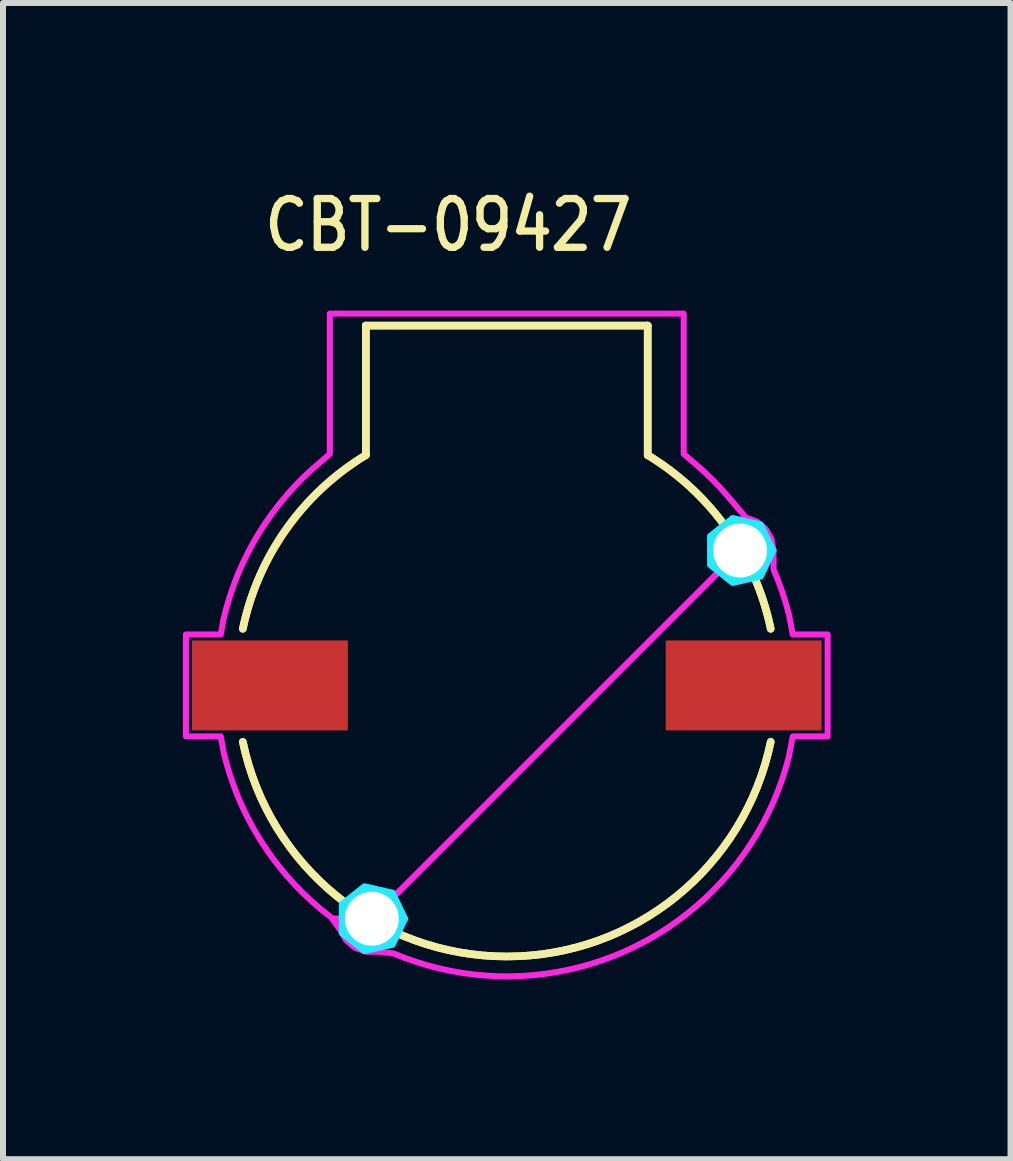
<source format=kicad_pcb>
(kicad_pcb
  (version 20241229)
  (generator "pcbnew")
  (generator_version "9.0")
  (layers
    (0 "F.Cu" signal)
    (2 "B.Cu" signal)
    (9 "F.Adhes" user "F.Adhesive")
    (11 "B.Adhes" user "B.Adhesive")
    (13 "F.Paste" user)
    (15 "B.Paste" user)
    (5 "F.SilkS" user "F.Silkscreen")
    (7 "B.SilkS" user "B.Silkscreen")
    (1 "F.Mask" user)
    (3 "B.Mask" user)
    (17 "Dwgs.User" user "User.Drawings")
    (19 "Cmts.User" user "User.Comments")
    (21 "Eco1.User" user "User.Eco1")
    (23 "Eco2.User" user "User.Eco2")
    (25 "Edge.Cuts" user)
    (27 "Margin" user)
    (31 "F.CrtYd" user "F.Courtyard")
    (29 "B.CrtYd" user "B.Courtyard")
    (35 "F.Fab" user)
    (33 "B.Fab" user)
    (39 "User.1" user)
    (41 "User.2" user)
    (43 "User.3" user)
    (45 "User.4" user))
  (footprint "CBT-09427"
    (layer "F.Cu")
    (at 5.4 8.379)
    (property "Reference" "CBT-09427" (at -4.1 -7.2 0) (unlocked yes) (layer "F.SilkS") (effects (font (size 0.813 0.695) (thickness 0.122)) (justify left bottom)))
    (fp_line (start -2.35 -6) (end 2.35 -6) (stroke (width 0.127) (type solid)) (layer "F.SilkS"))
    (fp_line (start -2.35 -6) (end 2.35 -6) (stroke (width 0.127) (type solid)) (layer "F.SilkS"))
    (fp_line (start -2.35 -3.84) (end -2.35 -6) (stroke (width 0.127) (type solid)) (layer "F.SilkS"))
    (fp_line (start -2.35 -3.84) (end -2.35 -6) (stroke (width 0.127) (type solid)) (layer "F.SilkS"))
    (fp_line (start 2.35 -6) (end 2.35 -3.84) (stroke (width 0.127) (type solid)) (layer "F.SilkS"))
    (fp_line (start 2.35 -6) (end 2.35 -3.84) (stroke (width 0.127) (type solid)) (layer "F.SilkS"))
    (fp_arc (start -4.400978 -0.944159) (mid -3.677118 -2.605709) (end -2.35 -3.84) (stroke (width 0.127) (type solid)) (layer "F.SilkS"))
    (fp_arc (start -4.400978 -0.944159) (mid -3.677118 -2.605709) (end -2.35 -3.84) (stroke (width 0.127) (type solid)) (layer "F.SilkS"))
    (fp_arc (start 2.35 -3.84) (mid 3.677118 -2.605709) (end 4.400978 -0.944159) (stroke (width 0.127) (type solid)) (layer "F.SilkS"))
    (fp_arc (start 2.35 -3.84) (mid 3.677118 -2.605709) (end 4.400978 -0.944159) (stroke (width 0.127) (type solid)) (layer "F.SilkS"))
    (fp_arc (start 4.401159 0.940531) (mid 0 4.519681) (end -4.401159 0.940531) (stroke (width 0.127) (type solid)) (layer "F.SilkS"))
    (fp_arc (start 4.401159 0.940531) (mid 0 4.519681) (end -4.401159 0.940531) (stroke (width 0.127) (type solid)) (layer "F.SilkS"))
    (fp_poly (pts (xy -2.75 3.89) (xy -2.75 3.649) (xy -2.373 3.349) (xy -1.904 3.456) (xy -1.695 3.89) (xy -1.79 3.89) (xy -1.79 3.89) (xy -1.79 3.883) (xy -1.79 3.883) (xy -1.79 3.876) (xy -1.79 3.875) (xy -1.791 3.868) (xy -1.791 3.868) (xy -1.791 3.861) (xy -1.791 3.861) (xy -1.791 3.854) (xy -1.791 3.854) (xy -1.792 3.847) (xy -1.792 3.847) (xy -1.793 3.84) (xy -1.793 3.839) (xy -1.794 3.832) (xy -1.794 3.832) (xy -1.795 3.825) (xy -1.795 3.825) (xy -1.796 3.818) (xy -1.796 3.818) (xy -1.797 3.811) (xy -1.797 3.811) (xy -1.798 3.804) (xy -1.798 3.804) (xy -1.8 3.797) (xy -1.8 3.797) (xy -1.801 3.79) (xy -1.801 3.79) (xy -1.803 3.783) (xy -1.803 3.783) (xy -1.804 3.776) (xy -1.804 3.776) (xy -1.806 3.769) (xy -1.806 3.769) (xy -1.808 3.762) (xy -1.808 3.762) (xy -1.81 3.755) (xy -1.81 3.755) (xy -1.812 3.748) (xy -1.813 3.748) (xy -1.815 3.741) (xy -1.815 3.741) (xy -1.817 3.734) (xy -1.817 3.734) (xy -1.82 3.727) (xy -1.82 3.727) (xy -1.822 3.721) (xy -1.822 3.721) (xy -1.825 3.714) (xy -1.825 3.714) (xy -1.828 3.707) (xy -1.828 3.707) (xy -1.831 3.701) (xy -1.831 3.701) (xy -1.834 3.694) (xy -1.834 3.694) (xy -1.837 3.688) (xy -1.837 3.688) (xy -1.84 3.681) (xy -1.84 3.681) (xy -1.843 3.675) (xy -1.844 3.675) (xy -1.847 3.668) (xy -1.847 3.668) (xy -1.85 3.662) (xy -1.85 3.662) (xy -1.854 3.656) (xy -1.854 3.656) (xy -1.858 3.65) (xy -1.858 3.65) (xy -1.862 3.644) (xy -1.862 3.643) (xy -1.865 3.638) (xy -1.866 3.637) (xy -1.869 3.632) (xy -1.87 3.631) (xy -1.874 3.626) (xy -1.874 3.625) (xy -1.878 3.62) (xy -1.878 3.62) (xy -1.882 3.614) (xy -1.882 3.614) (xy -1.886 3.608) (xy -1.887 3.608) (xy -1.891 3.602) (xy -1.891 3.602) (xy -1.896 3.597) (xy -1.896 3.597) (xy -1.9 3.591) (xy -1.9 3.591) (xy -1.905 3.586) (xy -1.905 3.586) (xy -1.91 3.58) (xy -1.91 3.58) (xy -1.915 3.575) (xy -1.915 3.575) (xy -1.92 3.57) (xy -1.92 3.57) (xy -1.925 3.565) (xy -1.925 3.565) (xy -1.93 3.56) (xy -1.93 3.56) (xy -1.935 3.555) (xy -1.935 3.555) (xy -1.94 3.55) (xy -1.94 3.55) (xy -1.946 3.545) (xy -1.946 3.545) (xy -1.951 3.54) (xy -1.951 3.54) (xy -1.957 3.536) (xy -1.957 3.536) (xy -1.962 3.531) (xy -1.962 3.531) (xy -1.968 3.527) (xy -1.968 3.526) (xy -1.974 3.522) (xy -1.974 3.522) (xy -1.98 3.518) (xy -1.98 3.518) (xy -1.985 3.514) (xy -1.986 3.514) (xy -1.991 3.51) (xy -1.992 3.51) (xy -1.997 3.506) (xy -1.998 3.505) (xy -2.003 3.502) (xy -2.004 3.502) (xy -2.01 3.498) (xy -2.01 3.498) (xy -2.016 3.494) (xy -2.016 3.494) (xy -2.022 3.49) (xy -2.022 3.49) (xy -2.028 3.487) (xy -2.028 3.487) (xy -2.035 3.484) (xy -2.035 3.483) (xy -2.041 3.48) (xy -2.041 3.48) (xy -2.048 3.477) (xy -2.048 3.477) (xy -2.054 3.474) (xy -2.054 3.474) (xy -2.061 3.471) (xy -2.061 3.471) (xy -2.067 3.468) (xy -2.067 3.468) (xy -2.074 3.465) (xy -2.074 3.465) (xy -2.081 3.462) (xy -2.081 3.462) (xy -2.087 3.46) (xy -2.087 3.46) (xy -2.094 3.457) (xy -2.094 3.457) (xy -2.101 3.455) (xy -2.101 3.455) (xy -2.108 3.453) (xy -2.108 3.452) (xy -2.115 3.45) (xy -2.115 3.45) (xy -2.122 3.448) (xy -2.122 3.448) (xy -2.129 3.446) (xy -2.129 3.446) (xy -2.136 3.444) (xy -2.136 3.444) (xy -2.143 3.443) (xy -2.143 3.443) (xy -2.15 3.441) (xy -2.15 3.441) (xy -2.157 3.44) (xy -2.157 3.44) (xy -2.164 3.438) (xy -2.164 3.438) (xy -2.171 3.437) (xy -2.171 3.437) (xy -2.178 3.436) (xy -2.178 3.436) (xy -2.185 3.435) (xy -2.185 3.435) (xy -2.192 3.434) (xy -2.192 3.434) (xy -2.199 3.433) (xy -2.2 3.433) (xy -2.207 3.432) (xy -2.207 3.432) (xy -2.214 3.431) (xy -2.214 3.431) (xy -2.221 3.431) (xy -2.221 3.431) (xy -2.228 3.431) (xy -2.228 3.431) (xy -2.235 3.43) (xy -2.236 3.43) (xy -2.243 3.43) (xy -2.243 3.43) (xy -2.25 3.43) (xy -2.25 3.43) (xy -2.257 3.43) (xy -2.257 3.43) (xy -2.264 3.43) (xy -2.265 3.43) (xy -2.272 3.431) (xy -2.272 3.431) (xy -2.279 3.431) (xy -2.279 3.431) (xy -2.286 3.431) (xy -2.286 3.431) (xy -2.293 3.432) (xy -2.293 3.432) (xy -2.3 3.433) (xy -2.301 3.433) (xy -2.308 3.434) (xy -2.308 3.434) (xy -2.315 3.435) (xy -2.315 3.435) (xy -2.322 3.436) (xy -2.322 3.436) (xy -2.329 3.437) (xy -2.329 3.437) (xy -2.336 3.438) (xy -2.336 3.438) (xy -2.343 3.44) (xy -2.343 3.44) (xy -2.35 3.441) (xy -2.35 3.441) (xy -2.357 3.443) (xy -2.357 3.443) (xy -2.364 3.444) (xy -2.364 3.444) (xy -2.371 3.446) (xy -2.371 3.446) (xy -2.378 3.448) (xy -2.378 3.448) (xy -2.385 3.45) (xy -2.385 3.45) (xy -2.392 3.452) (xy -2.392 3.453) (xy -2.399 3.455) (xy -2.399 3.455) (xy -2.406 3.457) (xy -2.406 3.457) (xy -2.413 3.46) (xy -2.413 3.46) (xy -2.419 3.462) (xy -2.419 3.462) (xy -2.426 3.465) (xy -2.426 3.465) (xy -2.433 3.468) (xy -2.433 3.468) (xy -2.439 3.471) (xy -2.439 3.471) (xy -2.446 3.474) (xy -2.446 3.474) (xy -2.452 3.477) (xy -2.452 3.477) (xy -2.459 3.48) (xy -2.459 3.48) (xy -2.465 3.483) (xy -2.465 3.484) (xy -2.472 3.487) (xy -2.472 3.487) (xy -2.478 3.49) (xy -2.478 3.49) (xy -2.484 3.494) (xy -2.484 3.494) (xy -2.49 3.498) (xy -2.49 3.498) (xy -2.496 3.502) (xy -2.497 3.502) (xy -2.502 3.505) (xy -2.503 3.506) (xy -2.508 3.51) (xy -2.509 3.51) (xy -2.514 3.514) (xy -2.515 3.514) (xy -2.52 3.518) (xy -2.52 3.518) (xy -2.526 3.522) (xy -2.526 3.522) (xy -2.532 3.526) (xy -2.532 3.527) (xy -2.538 3.531) (xy -2.538 3.531) (xy -2.543 3.536) (xy -2.543 3.536) (xy -2.549 3.54) (xy -2.549 3.54) (xy -2.554 3.545) (xy -2.554 3.545) (xy -2.56 3.55) (xy -2.56 3.55) (xy -2.565 3.555) (xy -2.565 3.555) (xy -2.57 3.56) (xy -2.57 3.56) (xy -2.575 3.565) (xy -2.575 3.565) (xy -2.58 3.57) (xy -2.58 3.57) (xy -2.585 3.575) (xy -2.585 3.575) (xy -2.59 3.58) (xy -2.59 3.58) (xy -2.595 3.586) (xy -2.595 3.586) (xy -2.6 3.591) (xy -2.6 3.591) (xy -2.604 3.597) (xy -2.604 3.597) (xy -2.609 3.602) (xy -2.609 3.602) (xy -2.613 3.608) (xy -2.614 3.608) (xy -2.618 3.614) (xy -2.618 3.614) (xy -2.622 3.62) (xy -2.622 3.62) (xy -2.626 3.625) (xy -2.626 3.626) (xy -2.63 3.631) (xy -2.631 3.632) (xy -2.634 3.637) (xy -2.635 3.638) (xy -2.638 3.643) (xy -2.638 3.644) (xy -2.642 3.65) (xy -2.642 3.65) (xy -2.646 3.656) (xy -2.646 3.656) (xy -2.65 3.662) (xy -2.65 3.662) (xy -2.653 3.668) (xy -2.653 3.668) (xy -2.656 3.675) (xy -2.657 3.675) (xy -2.66 3.681) (xy -2.66 3.681) (xy -2.663 3.688) (xy -2.663 3.688) (xy -2.666 3.694) (xy -2.666 3.694) (xy -2.669 3.701) (xy -2.669 3.701) (xy -2.672 3.707) (xy -2.672 3.707) (xy -2.675 3.714) (xy -2.675 3.714) (xy -2.678 3.721) (xy -2.678 3.721) (xy -2.68 3.727) (xy -2.68 3.727) (xy -2.683 3.734) (xy -2.683 3.734) (xy -2.685 3.741) (xy -2.685 3.741) (xy -2.687 3.748) (xy -2.688 3.748) (xy -2.69 3.755) (xy -2.69 3.755) (xy -2.692 3.762) (xy -2.692 3.762) (xy -2.694 3.769) (xy -2.694 3.769) (xy -2.696 3.776) (xy -2.696 3.776) (xy -2.697 3.783) (xy -2.697 3.783) (xy -2.699 3.79) (xy -2.699 3.79) (xy -2.7 3.797) (xy -2.7 3.797) (xy -2.702 3.804) (xy -2.702 3.804) (xy -2.703 3.811) (xy -2.703 3.811) (xy -2.704 3.818) (xy -2.704 3.818) (xy -2.705 3.825) (xy -2.705 3.825) (xy -2.706 3.832) (xy -2.706 3.832) (xy -2.707 3.839) (xy -2.707 3.84) (xy -2.708 3.847) (xy -2.708 3.847) (xy -2.709 3.854) (xy -2.709 3.854) (xy -2.709 3.861) (xy -2.709 3.861) (xy -2.709 3.868) (xy -2.709 3.868) (xy -2.71 3.875) (xy -2.71 3.876) (xy -2.71 3.883) (xy -2.71 3.883) (xy -2.71 3.89) (xy -2.71 3.89)) (stroke (width 0.1) (type solid)) (fill no) (layer "B.CrtYd"))
    (fp_poly (pts (xy -1.904 4.324) (xy -2.373 4.431) (xy -2.75 4.131) (xy -2.75 3.89) (xy -2.71 3.89) (xy -2.71 3.89) (xy -2.71 3.897) (xy -2.71 3.897) (xy -2.71 3.904) (xy -2.71 3.905) (xy -2.709 3.912) (xy -2.709 3.912) (xy -2.709 3.919) (xy -2.709 3.919) (xy -2.709 3.926) (xy -2.709 3.926) (xy -2.708 3.933) (xy -2.708 3.933) (xy -2.707 3.94) (xy -2.707 3.941) (xy -2.706 3.948) (xy -2.706 3.948) (xy -2.705 3.955) (xy -2.705 3.955) (xy -2.704 3.962) (xy -2.704 3.962) (xy -2.703 3.969) (xy -2.703 3.969) (xy -2.702 3.976) (xy -2.702 3.976) (xy -2.7 3.983) (xy -2.7 3.983) (xy -2.699 3.99) (xy -2.699 3.99) (xy -2.697 3.997) (xy -2.697 3.997) (xy -2.696 4.004) (xy -2.696 4.004) (xy -2.694 4.011) (xy -2.694 4.011) (xy -2.692 4.018) (xy -2.692 4.018) (xy -2.69 4.025) (xy -2.69 4.025) (xy -2.688 4.032) (xy -2.687 4.032) (xy -2.685 4.039) (xy -2.685 4.039) (xy -2.683 4.046) (xy -2.683 4.046) (xy -2.68 4.053) (xy -2.68 4.053) (xy -2.678 4.059) (xy -2.678 4.059) (xy -2.675 4.066) (xy -2.675 4.066) (xy -2.672 4.073) (xy -2.672 4.073) (xy -2.669 4.079) (xy -2.669 4.079) (xy -2.666 4.086) (xy -2.666 4.086) (xy -2.663 4.092) (xy -2.663 4.092) (xy -2.66 4.099) (xy -2.66 4.099) (xy -2.657 4.105) (xy -2.656 4.105) (xy -2.653 4.112) (xy -2.653 4.112) (xy -2.65 4.118) (xy -2.65 4.118) (xy -2.646 4.124) (xy -2.646 4.124) (xy -2.642 4.13) (xy -2.642 4.13) (xy -2.638 4.136) (xy -2.638 4.137) (xy -2.635 4.142) (xy -2.634 4.143) (xy -2.631 4.148) (xy -2.63 4.149) (xy -2.626 4.154) (xy -2.626 4.155) (xy -2.622 4.16) (xy -2.622 4.16) (xy -2.618 4.166) (xy -2.618 4.166) (xy -2.614 4.172) (xy -2.613 4.172) (xy -2.609 4.178) (xy -2.609 4.178) (xy -2.604 4.183) (xy -2.604 4.183) (xy -2.6 4.189) (xy -2.6 4.189) (xy -2.595 4.194) (xy -2.595 4.194) (xy -2.59 4.2) (xy -2.59 4.2) (xy -2.585 4.205) (xy -2.585 4.205) (xy -2.58 4.21) (xy -2.58 4.21) (xy -2.575 4.215) (xy -2.575 4.215) (xy -2.57 4.22) (xy -2.57 4.22) (xy -2.565 4.225) (xy -2.565 4.225) (xy -2.56 4.23) (xy -2.56 4.23) (xy -2.554 4.235) (xy -2.554 4.235) (xy -2.549 4.24) (xy -2.549 4.24) (xy -2.543 4.244) (xy -2.543 4.244) (xy -2.538 4.249) (xy -2.538 4.249) (xy -2.532 4.253) (xy -2.532 4.254) (xy -2.526 4.258) (xy -2.526 4.258) (xy -2.52 4.262) (xy -2.52 4.262) (xy -2.515 4.266) (xy -2.514 4.266) (xy -2.509 4.27) (xy -2.508 4.271) (xy -2.503 4.274) (xy -2.502 4.275) (xy -2.497 4.278) (xy -2.496 4.278) (xy -2.49 4.282) (xy -2.49 4.282) (xy -2.484 4.286) (xy -2.484 4.286) (xy -2.478 4.29) (xy -2.478 4.29) (xy -2.472 4.293) (xy -2.472 4.293) (xy -2.465 4.296) (xy -2.465 4.297) (xy -2.459 4.3) (xy -2.459 4.3) (xy -2.452 4.303) (xy -2.452 4.303) (xy -2.446 4.306) (xy -2.446 4.306) (xy -2.439 4.309) (xy -2.439 4.309) (xy -2.433 4.312) (xy -2.433 4.312) (xy -2.426 4.315) (xy -2.426 4.315) (xy -2.419 4.318) (xy -2.419 4.318) (xy -2.413 4.32) (xy -2.413 4.32) (xy -2.406 4.323) (xy -2.406 4.323) (xy -2.399 4.325) (xy -2.399 4.325) (xy -2.392 4.327) (xy -2.392 4.328) (xy -2.385 4.33) (xy -2.385 4.33) (xy -2.378 4.332) (xy -2.378 4.332) (xy -2.371 4.334) (xy -2.371 4.334) (xy -2.364 4.336) (xy -2.364 4.336) (xy -2.357 4.337) (xy -2.357 4.337) (xy -2.35 4.339) (xy -2.35 4.339) (xy -2.343 4.34) (xy -2.343 4.34) (xy -2.336 4.342) (xy -2.336 4.342) (xy -2.329 4.343) (xy -2.329 4.343) (xy -2.322 4.344) (xy -2.322 4.344) (xy -2.315 4.345) (xy -2.315 4.345) (xy -2.308 4.346) (xy -2.308 4.346) (xy -2.301 4.347) (xy -2.3 4.347) (xy -2.293 4.348) (xy -2.293 4.348) (xy -2.286 4.349) (xy -2.286 4.349) (xy -2.279 4.349) (xy -2.279 4.349) (xy -2.272 4.349) (xy -2.272 4.349) (xy -2.265 4.35) (xy -2.264 4.35) (xy -2.257 4.35) (xy -2.257 4.35) (xy -2.25 4.35) (xy -2.25 4.35) (xy -2.243 4.35) (xy -2.243 4.35) (xy -2.236 4.35) (xy -2.235 4.35) (xy -2.228 4.349) (xy -2.228 4.349) (xy -2.221 4.349) (xy -2.221 4.349) (xy -2.214 4.349) (xy -2.214 4.349) (xy -2.207 4.348) (xy -2.207 4.348) (xy -2.2 4.347) (xy -2.199 4.347) (xy -2.192 4.346) (xy -2.192 4.346) (xy -2.185 4.345) (xy -2.185 4.345) (xy -2.178 4.344) (xy -2.178 4.344) (xy -2.171 4.343) (xy -2.171 4.343) (xy -2.164 4.342) (xy -2.164 4.342) (xy -2.157 4.34) (xy -2.157 4.34) (xy -2.15 4.339) (xy -2.15 4.339) (xy -2.143 4.337) (xy -2.143 4.337) (xy -2.136 4.336) (xy -2.136 4.336) (xy -2.129 4.334) (xy -2.129 4.334) (xy -2.122 4.332) (xy -2.122 4.332) (xy -2.115 4.33) (xy -2.115 4.33) (xy -2.108 4.328) (xy -2.108 4.327) (xy -2.101 4.325) (xy -2.101 4.325) (xy -2.094 4.323) (xy -2.094 4.323) (xy -2.087 4.32) (xy -2.087 4.32) (xy -2.081 4.318) (xy -2.081 4.318) (xy -2.074 4.315) (xy -2.074 4.315) (xy -2.067 4.312) (xy -2.067 4.312) (xy -2.061 4.309) (xy -2.061 4.309) (xy -2.054 4.306) (xy -2.054 4.306) (xy -2.048 4.303) (xy -2.048 4.303) (xy -2.041 4.3) (xy -2.041 4.3) (xy -2.035 4.297) (xy -2.035 4.296) (xy -2.028 4.293) (xy -2.028 4.293) (xy -2.022 4.29) (xy -2.022 4.29) (xy -2.016 4.286) (xy -2.016 4.286) (xy -2.01 4.282) (xy -2.01 4.282) (xy -2.004 4.278) (xy -2.003 4.278) (xy -1.998 4.275) (xy -1.997 4.274) (xy -1.992 4.271) (xy -1.991 4.27) (xy -1.986 4.266) (xy -1.985 4.266) (xy -1.98 4.262) (xy -1.98 4.262) (xy -1.974 4.258) (xy -1.974 4.258) (xy -1.968 4.254) (xy -1.968 4.253) (xy -1.962 4.249) (xy -1.962 4.249) (xy -1.957 4.244) (xy -1.957 4.244) (xy -1.951 4.24) (xy -1.951 4.24) (xy -1.946 4.235) (xy -1.946 4.235) (xy -1.94 4.23) (xy -1.94 4.23) (xy -1.935 4.225) (xy -1.935 4.225) (xy -1.93 4.22) (xy -1.93 4.22) (xy -1.925 4.215) (xy -1.925 4.215) (xy -1.92 4.21) (xy -1.92 4.21) (xy -1.915 4.205) (xy -1.915 4.205) (xy -1.91 4.2) (xy -1.91 4.2) (xy -1.905 4.194) (xy -1.905 4.194) (xy -1.9 4.189) (xy -1.9 4.189) (xy -1.896 4.183) (xy -1.896 4.183) (xy -1.891 4.178) (xy -1.891 4.178) (xy -1.887 4.172) (xy -1.886 4.172) (xy -1.882 4.166) (xy -1.882 4.166) (xy -1.878 4.16) (xy -1.878 4.16) (xy -1.874 4.155) (xy -1.874 4.154) (xy -1.87 4.149) (xy -1.869 4.148) (xy -1.866 4.143) (xy -1.865 4.142) (xy -1.862 4.137) (xy -1.862 4.136) (xy -1.858 4.13) (xy -1.858 4.13) (xy -1.854 4.124) (xy -1.854 4.124) (xy -1.85 4.118) (xy -1.85 4.118) (xy -1.847 4.112) (xy -1.847 4.112) (xy -1.844 4.105) (xy -1.843 4.105) (xy -1.84 4.099) (xy -1.84 4.099) (xy -1.837 4.092) (xy -1.837 4.092) (xy -1.834 4.086) (xy -1.834 4.086) (xy -1.831 4.079) (xy -1.831 4.079) (xy -1.828 4.073) (xy -1.828 4.073) (xy -1.825 4.066) (xy -1.825 4.066) (xy -1.822 4.059) (xy -1.822 4.059) (xy -1.82 4.053) (xy -1.82 4.053) (xy -1.817 4.046) (xy -1.817 4.046) (xy -1.815 4.039) (xy -1.815 4.039) (xy -1.813 4.032) (xy -1.812 4.032) (xy -1.81 4.025) (xy -1.81 4.025) (xy -1.808 4.018) (xy -1.808 4.018) (xy -1.806 4.011) (xy -1.806 4.011) (xy -1.804 4.004) (xy -1.804 4.004) (xy -1.803 3.997) (xy -1.803 3.997) (xy -1.801 3.99) (xy -1.801 3.99) (xy -1.8 3.983) (xy -1.8 3.983) (xy -1.798 3.976) (xy -1.798 3.976) (xy -1.797 3.969) (xy -1.797 3.969) (xy -1.796 3.962) (xy -1.796 3.962) (xy -1.795 3.955) (xy -1.795 3.955) (xy -1.794 3.948) (xy -1.794 3.948) (xy -1.793 3.941) (xy -1.793 3.94) (xy -1.792 3.933) (xy -1.792 3.933) (xy -1.791 3.926) (xy -1.791 3.926) (xy -1.791 3.919) (xy -1.791 3.919) (xy -1.791 3.912) (xy -1.791 3.912) (xy -1.79 3.905) (xy -1.79 3.904) (xy -1.79 3.897) (xy -1.79 3.897) (xy -1.79 3.89) (xy -1.79 3.89) (xy -1.695 3.89)) (stroke (width 0.1) (type solid)) (fill no) (layer "B.CrtYd"))
    (fp_poly (pts (xy 3.39 -2.25) (xy 3.39 -2.491) (xy 3.767 -2.791) (xy 4.236 -2.684) (xy 4.445 -2.25) (xy 4.35 -2.25) (xy 4.35 -2.25) (xy 4.35 -2.257) (xy 4.35 -2.257) (xy 4.35 -2.264) (xy 4.35 -2.265) (xy 4.349 -2.272) (xy 4.349 -2.272) (xy 4.349 -2.279) (xy 4.349 -2.279) (xy 4.349 -2.286) (xy 4.349 -2.286) (xy 4.348 -2.293) (xy 4.348 -2.293) (xy 4.347 -2.3) (xy 4.347 -2.301) (xy 4.346 -2.308) (xy 4.346 -2.308) (xy 4.345 -2.315) (xy 4.345 -2.315) (xy 4.344 -2.322) (xy 4.344 -2.322) (xy 4.343 -2.329) (xy 4.343 -2.329) (xy 4.342 -2.336) (xy 4.342 -2.336) (xy 4.34 -2.343) (xy 4.34 -2.343) (xy 4.339 -2.35) (xy 4.339 -2.35) (xy 4.337 -2.357) (xy 4.337 -2.357) (xy 4.336 -2.364) (xy 4.336 -2.364) (xy 4.334 -2.371) (xy 4.334 -2.371) (xy 4.332 -2.378) (xy 4.332 -2.378) (xy 4.33 -2.385) (xy 4.33 -2.385) (xy 4.328 -2.392) (xy 4.327 -2.392) (xy 4.325 -2.399) (xy 4.325 -2.399) (xy 4.323 -2.406) (xy 4.323 -2.406) (xy 4.32 -2.413) (xy 4.32 -2.413) (xy 4.318 -2.419) (xy 4.318 -2.419) (xy 4.315 -2.426) (xy 4.315 -2.426) (xy 4.312 -2.433) (xy 4.312 -2.433) (xy 4.309 -2.439) (xy 4.309 -2.439) (xy 4.306 -2.446) (xy 4.306 -2.446) (xy 4.303 -2.452) (xy 4.303 -2.452) (xy 4.3 -2.459) (xy 4.3 -2.459) (xy 4.297 -2.465) (xy 4.296 -2.465) (xy 4.293 -2.472) (xy 4.293 -2.472) (xy 4.29 -2.478) (xy 4.29 -2.478) (xy 4.286 -2.484) (xy 4.286 -2.484) (xy 4.282 -2.49) (xy 4.282 -2.49) (xy 4.278 -2.496) (xy 4.278 -2.497) (xy 4.275 -2.502) (xy 4.274 -2.503) (xy 4.271 -2.508) (xy 4.27 -2.509) (xy 4.266 -2.514) (xy 4.266 -2.515) (xy 4.262 -2.52) (xy 4.262 -2.52) (xy 4.258 -2.526) (xy 4.258 -2.526) (xy 4.254 -2.532) (xy 4.253 -2.532) (xy 4.249 -2.538) (xy 4.249 -2.538) (xy 4.244 -2.543) (xy 4.244 -2.543) (xy 4.24 -2.549) (xy 4.24 -2.549) (xy 4.235 -2.554) (xy 4.235 -2.554) (xy 4.23 -2.56) (xy 4.23 -2.56) (xy 4.225 -2.565) (xy 4.225 -2.565) (xy 4.22 -2.57) (xy 4.22 -2.57) (xy 4.215 -2.575) (xy 4.215 -2.575) (xy 4.21 -2.58) (xy 4.21 -2.58) (xy 4.205 -2.585) (xy 4.205 -2.585) (xy 4.2 -2.59) (xy 4.2 -2.59) (xy 4.194 -2.595) (xy 4.194 -2.595) (xy 4.189 -2.6) (xy 4.189 -2.6) (xy 4.183 -2.604) (xy 4.183 -2.604) (xy 4.178 -2.609) (xy 4.178 -2.609) (xy 4.172 -2.613) (xy 4.172 -2.614) (xy 4.166 -2.618) (xy 4.166 -2.618) (xy 4.16 -2.622) (xy 4.16 -2.622) (xy 4.155 -2.626) (xy 4.154 -2.626) (xy 4.149 -2.63) (xy 4.148 -2.631) (xy 4.143 -2.634) (xy 4.142 -2.635) (xy 4.137 -2.638) (xy 4.136 -2.638) (xy 4.13 -2.642) (xy 4.13 -2.642) (xy 4.124 -2.646) (xy 4.124 -2.646) (xy 4.118 -2.65) (xy 4.118 -2.65) (xy 4.112 -2.653) (xy 4.112 -2.653) (xy 4.105 -2.656) (xy 4.105 -2.657) (xy 4.099 -2.66) (xy 4.099 -2.66) (xy 4.092 -2.663) (xy 4.092 -2.663) (xy 4.086 -2.666) (xy 4.086 -2.666) (xy 4.079 -2.669) (xy 4.079 -2.669) (xy 4.073 -2.672) (xy 4.073 -2.672) (xy 4.066 -2.675) (xy 4.066 -2.675) (xy 4.059 -2.678) (xy 4.059 -2.678) (xy 4.053 -2.68) (xy 4.053 -2.68) (xy 4.046 -2.683) (xy 4.046 -2.683) (xy 4.039 -2.685) (xy 4.039 -2.685) (xy 4.032 -2.687) (xy 4.032 -2.688) (xy 4.025 -2.69) (xy 4.025 -2.69) (xy 4.018 -2.692) (xy 4.018 -2.692) (xy 4.011 -2.694) (xy 4.011 -2.694) (xy 4.004 -2.696) (xy 4.004 -2.696) (xy 3.997 -2.697) (xy 3.997 -2.697) (xy 3.99 -2.699) (xy 3.99 -2.699) (xy 3.983 -2.7) (xy 3.983 -2.7) (xy 3.976 -2.702) (xy 3.976 -2.702) (xy 3.969 -2.703) (xy 3.969 -2.703) (xy 3.962 -2.704) (xy 3.962 -2.704) (xy 3.955 -2.705) (xy 3.955 -2.705) (xy 3.948 -2.706) (xy 3.948 -2.706) (xy 3.941 -2.707) (xy 3.94 -2.707) (xy 3.933 -2.708) (xy 3.933 -2.708) (xy 3.926 -2.709) (xy 3.926 -2.709) (xy 3.919 -2.709) (xy 3.919 -2.709) (xy 3.912 -2.709) (xy 3.912 -2.709) (xy 3.905 -2.71) (xy 3.904 -2.71) (xy 3.897 -2.71) (xy 3.897 -2.71) (xy 3.89 -2.71) (xy 3.89 -2.71) (xy 3.883 -2.71) (xy 3.883 -2.71) (xy 3.876 -2.71) (xy 3.875 -2.71) (xy 3.868 -2.709) (xy 3.868 -2.709) (xy 3.861 -2.709) (xy 3.861 -2.709) (xy 3.854 -2.709) (xy 3.854 -2.709) (xy 3.847 -2.708) (xy 3.847 -2.708) (xy 3.84 -2.707) (xy 3.839 -2.707) (xy 3.832 -2.706) (xy 3.832 -2.706) (xy 3.825 -2.705) (xy 3.825 -2.705) (xy 3.818 -2.704) (xy 3.818 -2.704) (xy 3.811 -2.703) (xy 3.811 -2.703) (xy 3.804 -2.702) (xy 3.804 -2.702) (xy 3.797 -2.7) (xy 3.797 -2.7) (xy 3.79 -2.699) (xy 3.79 -2.699) (xy 3.783 -2.697) (xy 3.783 -2.697) (xy 3.776 -2.696) (xy 3.776 -2.696) (xy 3.769 -2.694) (xy 3.769 -2.694) (xy 3.762 -2.692) (xy 3.762 -2.692) (xy 3.755 -2.69) (xy 3.755 -2.69) (xy 3.748 -2.688) (xy 3.748 -2.687) (xy 3.741 -2.685) (xy 3.741 -2.685) (xy 3.734 -2.683) (xy 3.734 -2.683) (xy 3.727 -2.68) (xy 3.727 -2.68) (xy 3.721 -2.678) (xy 3.721 -2.678) (xy 3.714 -2.675) (xy 3.714 -2.675) (xy 3.707 -2.672) (xy 3.707 -2.672) (xy 3.701 -2.669) (xy 3.701 -2.669) (xy 3.694 -2.666) (xy 3.694 -2.666) (xy 3.688 -2.663) (xy 3.688 -2.663) (xy 3.681 -2.66) (xy 3.681 -2.66) (xy 3.675 -2.657) (xy 3.675 -2.656) (xy 3.668 -2.653) (xy 3.668 -2.653) (xy 3.662 -2.65) (xy 3.662 -2.65) (xy 3.656 -2.646) (xy 3.656 -2.646) (xy 3.65 -2.642) (xy 3.65 -2.642) (xy 3.644 -2.638) (xy 3.643 -2.638) (xy 3.638 -2.635) (xy 3.637 -2.634) (xy 3.632 -2.631) (xy 3.631 -2.63) (xy 3.626 -2.626) (xy 3.625 -2.626) (xy 3.62 -2.622) (xy 3.62 -2.622) (xy 3.614 -2.618) (xy 3.614 -2.618) (xy 3.608 -2.614) (xy 3.608 -2.613) (xy 3.602 -2.609) (xy 3.602 -2.609) (xy 3.597 -2.604) (xy 3.597 -2.604) (xy 3.591 -2.6) (xy 3.591 -2.6) (xy 3.586 -2.595) (xy 3.586 -2.595) (xy 3.58 -2.59) (xy 3.58 -2.59) (xy 3.575 -2.585) (xy 3.575 -2.585) (xy 3.57 -2.58) (xy 3.57 -2.58) (xy 3.565 -2.575) (xy 3.565 -2.575) (xy 3.56 -2.57) (xy 3.56 -2.57) (xy 3.555 -2.565) (xy 3.555 -2.565) (xy 3.55 -2.56) (xy 3.55 -2.56) (xy 3.545 -2.554) (xy 3.545 -2.554) (xy 3.54 -2.549) (xy 3.54 -2.549) (xy 3.536 -2.543) (xy 3.536 -2.543) (xy 3.531 -2.538) (xy 3.531 -2.538) (xy 3.527 -2.532) (xy 3.526 -2.532) (xy 3.522 -2.526) (xy 3.522 -2.526) (xy 3.518 -2.52) (xy 3.518 -2.52) (xy 3.514 -2.515) (xy 3.514 -2.514) (xy 3.51 -2.509) (xy 3.51 -2.508) (xy 3.506 -2.503) (xy 3.505 -2.502) (xy 3.502 -2.497) (xy 3.502 -2.496) (xy 3.498 -2.49) (xy 3.498 -2.49) (xy 3.494 -2.484) (xy 3.494 -2.484) (xy 3.49 -2.478) (xy 3.49 -2.478) (xy 3.487 -2.472) (xy 3.487 -2.472) (xy 3.484 -2.465) (xy 3.483 -2.465) (xy 3.48 -2.459) (xy 3.48 -2.459) (xy 3.477 -2.452) (xy 3.477 -2.452) (xy 3.474 -2.446) (xy 3.474 -2.446) (xy 3.471 -2.439) (xy 3.471 -2.439) (xy 3.468 -2.433) (xy 3.468 -2.433) (xy 3.465 -2.426) (xy 3.465 -2.426) (xy 3.462 -2.419) (xy 3.462 -2.419) (xy 3.46 -2.413) (xy 3.46 -2.413) (xy 3.457 -2.406) (xy 3.457 -2.406) (xy 3.455 -2.399) (xy 3.455 -2.399) (xy 3.453 -2.392) (xy 3.452 -2.392) (xy 3.45 -2.385) (xy 3.45 -2.385) (xy 3.448 -2.378) (xy 3.448 -2.378) (xy 3.446 -2.371) (xy 3.446 -2.371) (xy 3.444 -2.364) (xy 3.444 -2.364) (xy 3.443 -2.357) (xy 3.443 -2.357) (xy 3.441 -2.35) (xy 3.441 -2.35) (xy 3.44 -2.343) (xy 3.44 -2.343) (xy 3.438 -2.336) (xy 3.438 -2.336) (xy 3.437 -2.329) (xy 3.437 -2.329) (xy 3.436 -2.322) (xy 3.436 -2.322) (xy 3.435 -2.315) (xy 3.435 -2.315) (xy 3.434 -2.308) (xy 3.434 -2.308) (xy 3.433 -2.301) (xy 3.433 -2.3) (xy 3.432 -2.293) (xy 3.432 -2.293) (xy 3.431 -2.286) (xy 3.431 -2.286) (xy 3.431 -2.279) (xy 3.431 -2.279) (xy 3.431 -2.272) (xy 3.431 -2.272) (xy 3.43 -2.265) (xy 3.43 -2.264) (xy 3.43 -2.257) (xy 3.43 -2.257) (xy 3.43 -2.25) (xy 3.43 -2.25)) (stroke (width 0.1) (type solid)) (fill no) (layer "B.CrtYd"))
    (fp_poly (pts (xy 4.236 -1.816) (xy 3.767 -1.709) (xy 3.39 -2.009) (xy 3.39 -2.25) (xy 3.43 -2.25) (xy 3.43 -2.25) (xy 3.43 -2.243) (xy 3.43 -2.243) (xy 3.43 -2.236) (xy 3.43 -2.235) (xy 3.431 -2.228) (xy 3.431 -2.228) (xy 3.431 -2.221) (xy 3.431 -2.221) (xy 3.431 -2.214) (xy 3.431 -2.214) (xy 3.432 -2.207) (xy 3.432 -2.207) (xy 3.433 -2.2) (xy 3.433 -2.199) (xy 3.434 -2.192) (xy 3.434 -2.192) (xy 3.435 -2.185) (xy 3.435 -2.185) (xy 3.436 -2.178) (xy 3.436 -2.178) (xy 3.437 -2.171) (xy 3.437 -2.171) (xy 3.438 -2.164) (xy 3.438 -2.164) (xy 3.44 -2.157) (xy 3.44 -2.157) (xy 3.441 -2.15) (xy 3.441 -2.15) (xy 3.443 -2.143) (xy 3.443 -2.143) (xy 3.444 -2.136) (xy 3.444 -2.136) (xy 3.446 -2.129) (xy 3.446 -2.129) (xy 3.448 -2.122) (xy 3.448 -2.122) (xy 3.45 -2.115) (xy 3.45 -2.115) (xy 3.452 -2.108) (xy 3.453 -2.108) (xy 3.455 -2.101) (xy 3.455 -2.101) (xy 3.457 -2.094) (xy 3.457 -2.094) (xy 3.46 -2.087) (xy 3.46 -2.087) (xy 3.462 -2.081) (xy 3.462 -2.081) (xy 3.465 -2.074) (xy 3.465 -2.074) (xy 3.468 -2.067) (xy 3.468 -2.067) (xy 3.471 -2.061) (xy 3.471 -2.061) (xy 3.474 -2.054) (xy 3.474 -2.054) (xy 3.477 -2.048) (xy 3.477 -2.048) (xy 3.48 -2.041) (xy 3.48 -2.041) (xy 3.483 -2.035) (xy 3.484 -2.035) (xy 3.487 -2.028) (xy 3.487 -2.028) (xy 3.49 -2.022) (xy 3.49 -2.022) (xy 3.494 -2.016) (xy 3.494 -2.016) (xy 3.498 -2.01) (xy 3.498 -2.01) (xy 3.502 -2.004) (xy 3.502 -2.003) (xy 3.505 -1.998) (xy 3.506 -1.997) (xy 3.51 -1.992) (xy 3.51 -1.991) (xy 3.514 -1.986) (xy 3.514 -1.985) (xy 3.518 -1.98) (xy 3.518 -1.98) (xy 3.522 -1.974) (xy 3.522 -1.974) (xy 3.526 -1.968) (xy 3.527 -1.968) (xy 3.531 -1.962) (xy 3.531 -1.962) (xy 3.536 -1.957) (xy 3.536 -1.957) (xy 3.54 -1.951) (xy 3.54 -1.951) (xy 3.545 -1.946) (xy 3.545 -1.946) (xy 3.55 -1.94) (xy 3.55 -1.94) (xy 3.555 -1.935) (xy 3.555 -1.935) (xy 3.56 -1.93) (xy 3.56 -1.93) (xy 3.565 -1.925) (xy 3.565 -1.925) (xy 3.57 -1.92) (xy 3.57 -1.92) (xy 3.575 -1.915) (xy 3.575 -1.915) (xy 3.58 -1.91) (xy 3.58 -1.91) (xy 3.586 -1.905) (xy 3.586 -1.905) (xy 3.591 -1.9) (xy 3.591 -1.9) (xy 3.597 -1.896) (xy 3.597 -1.896) (xy 3.602 -1.891) (xy 3.602 -1.891) (xy 3.608 -1.887) (xy 3.608 -1.886) (xy 3.614 -1.882) (xy 3.614 -1.882) (xy 3.62 -1.878) (xy 3.62 -1.878) (xy 3.625 -1.874) (xy 3.626 -1.874) (xy 3.631 -1.87) (xy 3.632 -1.869) (xy 3.637 -1.866) (xy 3.638 -1.865) (xy 3.643 -1.862) (xy 3.644 -1.862) (xy 3.65 -1.858) (xy 3.65 -1.858) (xy 3.656 -1.854) (xy 3.656 -1.854) (xy 3.662 -1.85) (xy 3.662 -1.85) (xy 3.668 -1.847) (xy 3.668 -1.847) (xy 3.675 -1.844) (xy 3.675 -1.843) (xy 3.681 -1.84) (xy 3.681 -1.84) (xy 3.688 -1.837) (xy 3.688 -1.837) (xy 3.694 -1.834) (xy 3.694 -1.834) (xy 3.701 -1.831) (xy 3.701 -1.831) (xy 3.707 -1.828) (xy 3.707 -1.828) (xy 3.714 -1.825) (xy 3.714 -1.825) (xy 3.721 -1.822) (xy 3.721 -1.822) (xy 3.727 -1.82) (xy 3.727 -1.82) (xy 3.734 -1.817) (xy 3.734 -1.817) (xy 3.741 -1.815) (xy 3.741 -1.815) (xy 3.748 -1.813) (xy 3.748 -1.812) (xy 3.755 -1.81) (xy 3.755 -1.81) (xy 3.762 -1.808) (xy 3.762 -1.808) (xy 3.769 -1.806) (xy 3.769 -1.806) (xy 3.776 -1.804) (xy 3.776 -1.804) (xy 3.783 -1.803) (xy 3.783 -1.803) (xy 3.79 -1.801) (xy 3.79 -1.801) (xy 3.797 -1.8) (xy 3.797 -1.8) (xy 3.804 -1.798) (xy 3.804 -1.798) (xy 3.811 -1.797) (xy 3.811 -1.797) (xy 3.818 -1.796) (xy 3.818 -1.796) (xy 3.825 -1.795) (xy 3.825 -1.795) (xy 3.832 -1.794) (xy 3.832 -1.794) (xy 3.839 -1.793) (xy 3.84 -1.793) (xy 3.847 -1.792) (xy 3.847 -1.792) (xy 3.854 -1.791) (xy 3.854 -1.791) (xy 3.861 -1.791) (xy 3.861 -1.791) (xy 3.868 -1.791) (xy 3.868 -1.791) (xy 3.875 -1.79) (xy 3.876 -1.79) (xy 3.883 -1.79) (xy 3.883 -1.79) (xy 3.89 -1.79) (xy 3.89 -1.79) (xy 3.897 -1.79) (xy 3.897 -1.79) (xy 3.904 -1.79) (xy 3.905 -1.79) (xy 3.912 -1.791) (xy 3.912 -1.791) (xy 3.919 -1.791) (xy 3.919 -1.791) (xy 3.926 -1.791) (xy 3.926 -1.791) (xy 3.933 -1.792) (xy 3.933 -1.792) (xy 3.94 -1.793) (xy 3.941 -1.793) (xy 3.948 -1.794) (xy 3.948 -1.794) (xy 3.955 -1.795) (xy 3.955 -1.795) (xy 3.962 -1.796) (xy 3.962 -1.796) (xy 3.969 -1.797) (xy 3.969 -1.797) (xy 3.976 -1.798) (xy 3.976 -1.798) (xy 3.983 -1.8) (xy 3.983 -1.8) (xy 3.99 -1.801) (xy 3.99 -1.801) (xy 3.997 -1.803) (xy 3.997 -1.803) (xy 4.004 -1.804) (xy 4.004 -1.804) (xy 4.011 -1.806) (xy 4.011 -1.806) (xy 4.018 -1.808) (xy 4.018 -1.808) (xy 4.025 -1.81) (xy 4.025 -1.81) (xy 4.032 -1.812) (xy 4.032 -1.813) (xy 4.039 -1.815) (xy 4.039 -1.815) (xy 4.046 -1.817) (xy 4.046 -1.817) (xy 4.053 -1.82) (xy 4.053 -1.82) (xy 4.059 -1.822) (xy 4.059 -1.822) (xy 4.066 -1.825) (xy 4.066 -1.825) (xy 4.073 -1.828) (xy 4.073 -1.828) (xy 4.079 -1.831) (xy 4.079 -1.831) (xy 4.086 -1.834) (xy 4.086 -1.834) (xy 4.092 -1.837) (xy 4.092 -1.837) (xy 4.099 -1.84) (xy 4.099 -1.84) (xy 4.105 -1.843) (xy 4.105 -1.844) (xy 4.112 -1.847) (xy 4.112 -1.847) (xy 4.118 -1.85) (xy 4.118 -1.85) (xy 4.124 -1.854) (xy 4.124 -1.854) (xy 4.13 -1.858) (xy 4.13 -1.858) (xy 4.136 -1.862) (xy 4.137 -1.862) (xy 4.142 -1.865) (xy 4.143 -1.866) (xy 4.148 -1.869) (xy 4.149 -1.87) (xy 4.154 -1.874) (xy 4.155 -1.874) (xy 4.16 -1.878) (xy 4.16 -1.878) (xy 4.166 -1.882) (xy 4.166 -1.882) (xy 4.172 -1.886) (xy 4.172 -1.887) (xy 4.178 -1.891) (xy 4.178 -1.891) (xy 4.183 -1.896) (xy 4.183 -1.896) (xy 4.189 -1.9) (xy 4.189 -1.9) (xy 4.194 -1.905) (xy 4.194 -1.905) (xy 4.2 -1.91) (xy 4.2 -1.91) (xy 4.205 -1.915) (xy 4.205 -1.915) (xy 4.21 -1.92) (xy 4.21 -1.92) (xy 4.215 -1.925) (xy 4.215 -1.925) (xy 4.22 -1.93) (xy 4.22 -1.93) (xy 4.225 -1.935) (xy 4.225 -1.935) (xy 4.23 -1.94) (xy 4.23 -1.94) (xy 4.235 -1.946) (xy 4.235 -1.946) (xy 4.24 -1.951) (xy 4.24 -1.951) (xy 4.244 -1.957) (xy 4.244 -1.957) (xy 4.249 -1.962) (xy 4.249 -1.962) (xy 4.253 -1.968) (xy 4.254 -1.968) (xy 4.258 -1.974) (xy 4.258 -1.974) (xy 4.262 -1.98) (xy 4.262 -1.98) (xy 4.266 -1.985) (xy 4.266 -1.986) (xy 4.27 -1.991) (xy 4.271 -1.992) (xy 4.274 -1.997) (xy 4.275 -1.998) (xy 4.278 -2.003) (xy 4.278 -2.004) (xy 4.282 -2.01) (xy 4.282 -2.01) (xy 4.286 -2.016) (xy 4.286 -2.016) (xy 4.29 -2.022) (xy 4.29 -2.022) (xy 4.293 -2.028) (xy 4.293 -2.028) (xy 4.296 -2.035) (xy 4.297 -2.035) (xy 4.3 -2.041) (xy 4.3 -2.041) (xy 4.303 -2.048) (xy 4.303 -2.048) (xy 4.306 -2.054) (xy 4.306 -2.054) (xy 4.309 -2.061) (xy 4.309 -2.061) (xy 4.312 -2.067) (xy 4.312 -2.067) (xy 4.315 -2.074) (xy 4.315 -2.074) (xy 4.318 -2.081) (xy 4.318 -2.081) (xy 4.32 -2.087) (xy 4.32 -2.087) (xy 4.323 -2.094) (xy 4.323 -2.094) (xy 4.325 -2.101) (xy 4.325 -2.101) (xy 4.327 -2.108) (xy 4.328 -2.108) (xy 4.33 -2.115) (xy 4.33 -2.115) (xy 4.332 -2.122) (xy 4.332 -2.122) (xy 4.334 -2.129) (xy 4.334 -2.129) (xy 4.336 -2.136) (xy 4.336 -2.136) (xy 4.337 -2.143) (xy 4.337 -2.143) (xy 4.339 -2.15) (xy 4.339 -2.15) (xy 4.34 -2.157) (xy 4.34 -2.157) (xy 4.342 -2.164) (xy 4.342 -2.164) (xy 4.343 -2.171) (xy 4.343 -2.171) (xy 4.344 -2.178) (xy 4.344 -2.178) (xy 4.345 -2.185) (xy 4.345 -2.185) (xy 4.346 -2.192) (xy 4.346 -2.192) (xy 4.347 -2.199) (xy 4.347 -2.2) (xy 4.348 -2.207) (xy 4.348 -2.207) (xy 4.349 -2.214) (xy 4.349 -2.214) (xy 4.349 -2.221) (xy 4.349 -2.221) (xy 4.349 -2.228) (xy 4.349 -2.228) (xy 4.35 -2.235) (xy 4.35 -2.236) (xy 4.35 -2.243) (xy 4.35 -2.243) (xy 4.35 -2.25) (xy 4.35 -2.25) (xy 4.445 -2.25)) (stroke (width 0.1) (type solid)) (fill no) (layer "B.CrtYd"))
    (fp_poly (pts (xy -2.91 3.89) (xy -2.923 3.871) (xy -3.08 3.748) (xy -3.231 3.618) (xy -3.377 3.483) (xy -3.517 3.341) (xy -3.651 3.194) (xy -3.779 3.041) (xy -3.901 2.883) (xy -4.016 2.721) (xy -4.124 2.554) (xy -4.226 2.382) (xy -4.32 2.207) (xy -4.407 2.028) (xy -4.487 1.845) (xy -4.558 1.659) (xy -4.623 1.471) (xy -4.679 1.28) (xy -4.728 1.086) (xy -4.768 0.85) (xy -5.35 0.85) (xy -5.35 -0.85) (xy -4.768 -0.85) (xy -4.728 -1.086) (xy -4.679 -1.28) (xy -4.623 -1.471) (xy -4.558 -1.659) (xy -4.487 -1.845) (xy -4.407 -2.028) (xy -4.32 -2.207) (xy -4.226 -2.382) (xy -4.124 -2.554) (xy -4.016 -2.721) (xy -3.901 -2.883) (xy -3.779 -3.041) (xy -3.651 -3.194) (xy -3.517 -3.341) (xy -3.377 -3.483) (xy -3.231 -3.618) (xy -3.08 -3.748) (xy -2.95 -3.86) (xy -2.95 -6.2) (xy 2.95 -6.2) (xy 2.95 -3.86) (xy 3.156 -3.684) (xy 3.305 -3.551) (xy 3.448 -3.413) (xy 3.585 -3.268) (xy 3.716 -3.118) (xy 3.987 -2.8) (xy 4.169 -2.734) (xy 4.318 -2.609) (xy 4.415 -2.441) (xy 4.448 -2.25) (xy 4.35 -2.25) (xy 4.35 -2.25) (xy 4.35 -2.257) (xy 4.35 -2.257) (xy 4.35 -2.264) (xy 4.35 -2.265) (xy 4.349 -2.272) (xy 4.349 -2.272) (xy 4.349 -2.279) (xy 4.349 -2.279) (xy 4.349 -2.286) (xy 4.349 -2.286) (xy 4.348 -2.293) (xy 4.348 -2.293) (xy 4.347 -2.3) (xy 4.347 -2.301) (xy 4.346 -2.308) (xy 4.346 -2.308) (xy 4.345 -2.315) (xy 4.345 -2.315) (xy 4.344 -2.322) (xy 4.344 -2.322) (xy 4.343 -2.329) (xy 4.343 -2.329) (xy 4.342 -2.336) (xy 4.342 -2.336) (xy 4.34 -2.343) (xy 4.34 -2.343) (xy 4.339 -2.35) (xy 4.339 -2.35) (xy 4.337 -2.357) (xy 4.337 -2.357) (xy 4.336 -2.364) (xy 4.336 -2.364) (xy 4.334 -2.371) (xy 4.334 -2.371) (xy 4.332 -2.378) (xy 4.332 -2.378) (xy 4.33 -2.385) (xy 4.33 -2.385) (xy 4.328 -2.392) (xy 4.327 -2.392) (xy 4.325 -2.399) (xy 4.325 -2.399) (xy 4.323 -2.406) (xy 4.323 -2.406) (xy 4.32 -2.413) (xy 4.32 -2.413) (xy 4.318 -2.419) (xy 4.318 -2.419) (xy 4.315 -2.426) (xy 4.315 -2.426) (xy 4.312 -2.433) (xy 4.312 -2.433) (xy 4.309 -2.439) (xy 4.309 -2.439) (xy 4.306 -2.446) (xy 4.306 -2.446) (xy 4.303 -2.452) (xy 4.303 -2.452) (xy 4.3 -2.459) (xy 4.3 -2.459) (xy 4.297 -2.465) (xy 4.296 -2.465) (xy 4.293 -2.472) (xy 4.293 -2.472) (xy 4.29 -2.478) (xy 4.29 -2.478) (xy 4.286 -2.484) (xy 4.286 -2.484) (xy 4.282 -2.49) (xy 4.282 -2.49) (xy 4.278 -2.496) (xy 4.278 -2.497) (xy 4.275 -2.502) (xy 4.274 -2.503) (xy 4.271 -2.508) (xy 4.27 -2.509) (xy 4.266 -2.514) (xy 4.266 -2.515) (xy 4.262 -2.52) (xy 4.262 -2.52) (xy 4.258 -2.526) (xy 4.258 -2.526) (xy 4.254 -2.532) (xy 4.253 -2.532) (xy 4.249 -2.538) (xy 4.249 -2.538) (xy 4.244 -2.543) (xy 4.244 -2.543) (xy 4.24 -2.549) (xy 4.24 -2.549) (xy 4.235 -2.554) (xy 4.235 -2.554) (xy 4.23 -2.56) (xy 4.23 -2.56) (xy 4.225 -2.565) (xy 4.225 -2.565) (xy 4.22 -2.57) (xy 4.22 -2.57) (xy 4.215 -2.575) (xy 4.215 -2.575) (xy 4.21 -2.58) (xy 4.21 -2.58) (xy 4.205 -2.585) (xy 4.205 -2.585) (xy 4.2 -2.59) (xy 4.2 -2.59) (xy 4.194 -2.595) (xy 4.194 -2.595) (xy 4.189 -2.6) (xy 4.189 -2.6) (xy 4.183 -2.604) (xy 4.183 -2.604) (xy 4.178 -2.609) (xy 4.178 -2.609) (xy 4.172 -2.613) (xy 4.172 -2.614) (xy 4.166 -2.618) (xy 4.166 -2.618) (xy 4.16 -2.622) (xy 4.16 -2.622) (xy 4.155 -2.626) (xy 4.154 -2.626) (xy 4.149 -2.63) (xy 4.148 -2.631) (xy 4.143 -2.634) (xy 4.142 -2.635) (xy 4.137 -2.638) (xy 4.136 -2.638) (xy 4.13 -2.642) (xy 4.13 -2.642) (xy 4.124 -2.646) (xy 4.124 -2.646) (xy 4.118 -2.65) (xy 4.118 -2.65) (xy 4.112 -2.653) (xy 4.112 -2.653) (xy 4.105 -2.656) (xy 4.105 -2.657) (xy 4.099 -2.66) (xy 4.099 -2.66) (xy 4.092 -2.663) (xy 4.092 -2.663) (xy 4.086 -2.666) (xy 4.086 -2.666) (xy 4.079 -2.669) (xy 4.079 -2.669) (xy 4.073 -2.672) (xy 4.073 -2.672) (xy 4.066 -2.675) (xy 4.066 -2.675) (xy 4.059 -2.678) (xy 4.059 -2.678) (xy 4.053 -2.68) (xy 4.053 -2.68) (xy 4.046 -2.683) (xy 4.046 -2.683) (xy 4.039 -2.685) (xy 4.039 -2.685) (xy 4.032 -2.687) (xy 4.032 -2.688) (xy 4.025 -2.69) (xy 4.025 -2.69) (xy 4.018 -2.692) (xy 4.018 -2.692) (xy 4.011 -2.694) (xy 4.011 -2.694) (xy 4.004 -2.696) (xy 4.004 -2.696) (xy 3.997 -2.697) (xy 3.997 -2.697) (xy 3.99 -2.699) (xy 3.99 -2.699) (xy 3.983 -2.7) (xy 3.983 -2.7) (xy 3.976 -2.702) (xy 3.976 -2.702) (xy 3.969 -2.703) (xy 3.969 -2.703) (xy 3.962 -2.704) (xy 3.962 -2.704) (xy 3.955 -2.705) (xy 3.955 -2.705) (xy 3.948 -2.706) (xy 3.948 -2.706) (xy 3.941 -2.707) (xy 3.94 -2.707) (xy 3.933 -2.708) (xy 3.933 -2.708) (xy 3.926 -2.709) (xy 3.926 -2.709) (xy 3.919 -2.709) (xy 3.919 -2.709) (xy 3.912 -2.709) (xy 3.912 -2.709) (xy 3.905 -2.71) (xy 3.904 -2.71) (xy 3.897 -2.71) (xy 3.897 -2.71) (xy 3.89 -2.71) (xy 3.89 -2.71) (xy 3.883 -2.71) (xy 3.883 -2.71) (xy 3.876 -2.71) (xy 3.875 -2.71) (xy 3.868 -2.709) (xy 3.868 -2.709) (xy 3.861 -2.709) (xy 3.861 -2.709) (xy 3.854 -2.709) (xy 3.854 -2.709) (xy 3.847 -2.708) (xy 3.847 -2.708) (xy 3.84 -2.707) (xy 3.839 -2.707) (xy 3.832 -2.706) (xy 3.832 -2.706) (xy 3.825 -2.705) (xy 3.825 -2.705) (xy 3.818 -2.704) (xy 3.818 -2.704) (xy 3.811 -2.703) (xy 3.811 -2.703) (xy 3.804 -2.702) (xy 3.804 -2.702) (xy 3.797 -2.7) (xy 3.797 -2.7) (xy 3.79 -2.699) (xy 3.79 -2.699) (xy 3.783 -2.697) (xy 3.783 -2.697) (xy 3.776 -2.696) (xy 3.776 -2.696) (xy 3.769 -2.694) (xy 3.769 -2.694) (xy 3.762 -2.692) (xy 3.762 -2.692) (xy 3.755 -2.69) (xy 3.755 -2.69) (xy 3.748 -2.688) (xy 3.748 -2.687) (xy 3.741 -2.685) (xy 3.741 -2.685) (xy 3.734 -2.683) (xy 3.734 -2.683) (xy 3.727 -2.68) (xy 3.727 -2.68) (xy 3.721 -2.678) (xy 3.721 -2.678) (xy 3.714 -2.675) (xy 3.714 -2.675) (xy 3.707 -2.672) (xy 3.707 -2.672) (xy 3.701 -2.669) (xy 3.701 -2.669) (xy 3.694 -2.666) (xy 3.694 -2.666) (xy 3.688 -2.663) (xy 3.688 -2.663) (xy 3.681 -2.66) (xy 3.681 -2.66) (xy 3.675 -2.657) (xy 3.675 -2.656) (xy 3.668 -2.653) (xy 3.668 -2.653) (xy 3.662 -2.65) (xy 3.662 -2.65) (xy 3.656 -2.646) (xy 3.656 -2.646) (xy 3.65 -2.642) (xy 3.65 -2.642) (xy 3.644 -2.638) (xy 3.643 -2.638) (xy 3.638 -2.635) (xy 3.637 -2.634) (xy 3.632 -2.631) (xy 3.631 -2.63) (xy 3.626 -2.626) (xy 3.625 -2.626) (xy 3.62 -2.622) (xy 3.62 -2.622) (xy 3.614 -2.618) (xy 3.614 -2.618) (xy 3.608 -2.614) (xy 3.608 -2.613) (xy 3.602 -2.609) (xy 3.602 -2.609) (xy 3.597 -2.604) (xy 3.597 -2.604) (xy 3.591 -2.6) (xy 3.591 -2.6) (xy 3.586 -2.595) (xy 3.586 -2.595) (xy 3.58 -2.59) (xy 3.58 -2.59) (xy 3.575 -2.585) (xy 3.575 -2.585) (xy 3.57 -2.58) (xy 3.57 -2.58) (xy 3.565 -2.575) (xy 3.565 -2.575) (xy 3.56 -2.57) (xy 3.56 -2.57) (xy 3.555 -2.565) (xy 3.555 -2.565) (xy 3.55 -2.56) (xy 3.55 -2.56) (xy 3.545 -2.554) (xy 3.545 -2.554) (xy 3.54 -2.549) (xy 3.54 -2.549) (xy 3.536 -2.543) (xy 3.536 -2.543) (xy 3.531 -2.538) (xy 3.531 -2.538) (xy 3.527 -2.532) (xy 3.526 -2.532) (xy 3.522 -2.526) (xy 3.522 -2.526) (xy 3.518 -2.52) (xy 3.518 -2.52) (xy 3.514 -2.515) (xy 3.514 -2.514) (xy 3.51 -2.509) (xy 3.51 -2.508) (xy 3.506 -2.503) (xy 3.505 -2.502) (xy 3.502 -2.497) (xy 3.502 -2.496) (xy 3.498 -2.49) (xy 3.498 -2.49) (xy 3.494 -2.484) (xy 3.494 -2.484) (xy 3.49 -2.478) (xy 3.49 -2.478) (xy 3.487 -2.472) (xy 3.487 -2.472) (xy 3.484 -2.465) (xy 3.483 -2.465) (xy 3.48 -2.459) (xy 3.48 -2.459) (xy 3.477 -2.452) (xy 3.477 -2.452) (xy 3.474 -2.446) (xy 3.474 -2.446) (xy 3.471 -2.439) (xy 3.471 -2.439) (xy 3.468 -2.433) (xy 3.468 -2.433) (xy 3.465 -2.426) (xy 3.465 -2.426) (xy 3.462 -2.419) (xy 3.462 -2.419) (xy 3.46 -2.413) (xy 3.46 -2.413) (xy 3.457 -2.406) (xy 3.457 -2.406) (xy 3.455 -2.399) (xy 3.455 -2.399) (xy 3.453 -2.392) (xy 3.452 -2.392) (xy 3.45 -2.385) (xy 3.45 -2.385) (xy 3.448 -2.378) (xy 3.448 -2.378) (xy 3.446 -2.371) (xy 3.446 -2.371) (xy 3.444 -2.364) (xy 3.444 -2.364) (xy 3.443 -2.357) (xy 3.443 -2.357) (xy 3.441 -2.35) (xy 3.441 -2.35) (xy 3.44 -2.343) (xy 3.44 -2.343) (xy 3.438 -2.336) (xy 3.438 -2.336) (xy 3.437 -2.329) (xy 3.437 -2.329) (xy 3.436 -2.322) (xy 3.436 -2.322) (xy 3.435 -2.315) (xy 3.435 -2.315) (xy 3.434 -2.308) (xy 3.434 -2.308) (xy 3.433 -2.301) (xy 3.433 -2.3) (xy 3.432 -2.293) (xy 3.432 -2.293) (xy 3.431 -2.286) (xy 3.431 -2.286) (xy 3.431 -2.279) (xy 3.431 -2.279) (xy 3.431 -2.272) (xy 3.431 -2.272) (xy 3.43 -2.265) (xy 3.43 -2.264) (xy 3.43 -2.257) (xy 3.43 -2.257) (xy 3.43 -2.25) (xy 3.43 -2.25) (xy 3.43 -2.243) (xy 3.43 -2.243) (xy 3.43 -2.236) (xy 3.43 -2.235) (xy 3.431 -2.228) (xy 3.431 -2.228) (xy 3.431 -2.221) (xy 3.431 -2.221) (xy 3.431 -2.214) (xy 3.431 -2.214) (xy 3.432 -2.207) (xy 3.432 -2.207) (xy 3.433 -2.2) (xy 3.433 -2.199) (xy 3.434 -2.192) (xy 3.434 -2.192) (xy 3.435 -2.185) (xy 3.435 -2.185) (xy 3.436 -2.178) (xy 3.436 -2.178) (xy 3.437 -2.171) (xy 3.437 -2.171) (xy 3.438 -2.164) (xy 3.438 -2.164) (xy 3.44 -2.157) (xy 3.44 -2.157) (xy 3.441 -2.15) (xy 3.441 -2.15) (xy 3.443 -2.143) (xy 3.443 -2.143) (xy 3.444 -2.136) (xy 3.444 -2.136) (xy 3.446 -2.129) (xy 3.446 -2.129) (xy 3.448 -2.122) (xy 3.448 -2.122) (xy 3.45 -2.115) (xy 3.45 -2.115) (xy 3.452 -2.108) (xy 3.453 -2.108) (xy 3.455 -2.101) (xy 3.455 -2.101) (xy 3.457 -2.094) (xy 3.457 -2.094) (xy 3.46 -2.087) (xy 3.46 -2.087) (xy 3.462 -2.081) (xy 3.462 -2.081) (xy 3.465 -2.074) (xy 3.465 -2.074) (xy 3.468 -2.067) (xy 3.468 -2.067) (xy 3.471 -2.061) (xy 3.471 -2.061) (xy 3.474 -2.054) (xy 3.474 -2.054) (xy 3.477 -2.048) (xy 3.477 -2.048) (xy 3.48 -2.041) (xy 3.48 -2.041) (xy 3.483 -2.035) (xy 3.484 -2.035) (xy 3.487 -2.028) (xy 3.487 -2.028) (xy 3.49 -2.022) (xy 3.49 -2.022) (xy 3.494 -2.016) (xy 3.494 -2.016) (xy 3.498 -2.01) (xy 3.498 -2.01) (xy 3.502 -2.004) (xy 3.502 -2.003) (xy 3.505 -1.998) (xy 3.506 -1.997) (xy 3.51 -1.992) (xy 3.51 -1.991) (xy 3.514 -1.986) (xy 3.514 -1.985) (xy 3.518 -1.98) (xy 3.518 -1.98) (xy 3.522 -1.974) (xy 3.522 -1.974) (xy 3.526 -1.968) (xy 3.527 -1.968) (xy 3.531 -1.962) (xy 3.531 -1.962) (xy 3.536 -1.957) (xy 3.536 -1.957) (xy 3.54 -1.951) (xy 3.54 -1.951) (xy 3.545 -1.946) (xy 3.545 -1.946) (xy 3.55 -1.94) (xy 3.55 -1.94) (xy 3.555 -1.935) (xy 3.555 -1.935) (xy 3.56 -1.93) (xy 3.56 -1.93) (xy 3.565 -1.925) (xy 3.565 -1.925) (xy -1.925 3.565) (xy -1.925 3.565) (xy -1.93 3.56) (xy -1.93 3.56) (xy -1.935 3.555) (xy -1.935 3.555) (xy -1.94 3.55) (xy -1.94 3.55) (xy -1.946 3.545) (xy -1.946 3.545) (xy -1.951 3.54) (xy -1.951 3.54) (xy -1.957 3.536) (xy -1.957 3.536) (xy -1.962 3.531) (xy -1.962 3.531) (xy -1.968 3.527) (xy -1.968 3.526) (xy -1.974 3.522) (xy -1.974 3.522) (xy -1.98 3.518) (xy -1.98 3.518) (xy -1.985 3.514) (xy -1.986 3.514) (xy -1.991 3.51) (xy -1.992 3.51) (xy -1.997 3.506) (xy -1.998 3.505) (xy -2.003 3.502) (xy -2.004 3.502) (xy -2.01 3.498) (xy -2.01 3.498) (xy -2.016 3.494) (xy -2.016 3.494) (xy -2.022 3.49) (xy -2.022 3.49) (xy -2.028 3.487) (xy -2.028 3.487) (xy -2.035 3.484) (xy -2.035 3.483) (xy -2.041 3.48) (xy -2.041 3.48) (xy -2.048 3.477) (xy -2.048 3.477) (xy -2.054 3.474) (xy -2.054 3.474) (xy -2.061 3.471) (xy -2.061 3.471) (xy -2.067 3.468) (xy -2.067 3.468) (xy -2.074 3.465) (xy -2.074 3.465) (xy -2.081 3.462) (xy -2.081 3.462) (xy -2.087 3.46) (xy -2.087 3.46) (xy -2.094 3.457) (xy -2.094 3.457) (xy -2.101 3.455) (xy -2.101 3.455) (xy -2.108 3.453) (xy -2.108 3.452) (xy -2.115 3.45) (xy -2.115 3.45) (xy -2.122 3.448) (xy -2.122 3.448) (xy -2.129 3.446) (xy -2.129 3.446) (xy -2.136 3.444) (xy -2.136 3.444) (xy -2.143 3.443) (xy -2.143 3.443) (xy -2.15 3.441) (xy -2.15 3.441) (xy -2.157 3.44) (xy -2.157 3.44) (xy -2.164 3.438) (xy -2.164 3.438) (xy -2.171 3.437) (xy -2.171 3.437) (xy -2.178 3.436) (xy -2.178 3.436) (xy -2.185 3.435) (xy -2.185 3.435) (xy -2.192 3.434) (xy -2.192 3.434) (xy -2.199 3.433) (xy -2.2 3.433) (xy -2.207 3.432) (xy -2.207 3.432) (xy -2.214 3.431) (xy -2.214 3.431) (xy -2.221 3.431) (xy -2.221 3.431) (xy -2.228 3.431) (xy -2.228 3.431) (xy -2.235 3.43) (xy -2.236 3.43) (xy -2.243 3.43) (xy -2.243 3.43) (xy -2.25 3.43) (xy -2.25 3.43) (xy -2.257 3.43) (xy -2.257 3.43) (xy -2.264 3.43) (xy -2.265 3.43) (xy -2.272 3.431) (xy -2.272 3.431) (xy -2.279 3.431) (xy -2.279 3.431) (xy -2.286 3.431) (xy -2.286 3.431) (xy -2.293 3.432) (xy -2.293 3.432) (xy -2.3 3.433) (xy -2.301 3.433) (xy -2.308 3.434) (xy -2.308 3.434) (xy -2.315 3.435) (xy -2.315 3.435) (xy -2.322 3.436) (xy -2.322 3.436) (xy -2.329 3.437) (xy -2.329 3.437) (xy -2.336 3.438) (xy -2.336 3.438) (xy -2.343 3.44) (xy -2.343 3.44) (xy -2.35 3.441) (xy -2.35 3.441) (xy -2.357 3.443) (xy -2.357 3.443) (xy -2.364 3.444) (xy -2.364 3.444) (xy -2.371 3.446) (xy -2.371 3.446) (xy -2.378 3.448) (xy -2.378 3.448) (xy -2.385 3.45) (xy -2.385 3.45) (xy -2.392 3.452) (xy -2.392 3.453) (xy -2.399 3.455) (xy -2.399 3.455) (xy -2.406 3.457) (xy -2.406 3.457) (xy -2.413 3.46) (xy -2.413 3.46) (xy -2.419 3.462) (xy -2.419 3.462) (xy -2.426 3.465) (xy -2.426 3.465) (xy -2.433 3.468) (xy -2.433 3.468) (xy -2.439 3.471) (xy -2.439 3.471) (xy -2.446 3.474) (xy -2.446 3.474) (xy -2.452 3.477) (xy -2.452 3.477) (xy -2.459 3.48) (xy -2.459 3.48) (xy -2.465 3.483) (xy -2.465 3.484) (xy -2.472 3.487) (xy -2.472 3.487) (xy -2.478 3.49) (xy -2.478 3.49) (xy -2.484 3.494) (xy -2.484 3.494) (xy -2.49 3.498) (xy -2.49 3.498) (xy -2.496 3.502) (xy -2.497 3.502) (xy -2.502 3.505) (xy -2.503 3.506) (xy -2.508 3.51) (xy -2.509 3.51) (xy -2.514 3.514) (xy -2.515 3.514) (xy -2.52 3.518) (xy -2.52 3.518) (xy -2.526 3.522) (xy -2.526 3.522) (xy -2.532 3.526) (xy -2.532 3.527) (xy -2.538 3.531) (xy -2.538 3.531) (xy -2.543 3.536) (xy -2.543 3.536) (xy -2.549 3.54) (xy -2.549 3.54) (xy -2.554 3.545) (xy -2.554 3.545) (xy -2.56 3.55) (xy -2.56 3.55) (xy -2.565 3.555) (xy -2.565 3.555) (xy -2.57 3.56) (xy -2.57 3.56) (xy -2.575 3.565) (xy -2.575 3.565) (xy -2.58 3.57) (xy -2.58 3.57) (xy -2.585 3.575) (xy -2.585 3.575) (xy -2.59 3.58) (xy -2.59 3.58) (xy -2.595 3.586) (xy -2.595 3.586) (xy -2.6 3.591) (xy -2.6 3.591) (xy -2.604 3.597) (xy -2.604 3.597) (xy -2.609 3.602) (xy -2.609 3.602) (xy -2.613 3.608) (xy -2.614 3.608) (xy -2.618 3.614) (xy -2.618 3.614) (xy -2.622 3.62) (xy -2.622 3.62) (xy -2.626 3.625) (xy -2.626 3.626) (xy -2.63 3.631) (xy -2.631 3.632) (xy -2.634 3.637) (xy -2.635 3.638) (xy -2.638 3.643) (xy -2.638 3.644) (xy -2.642 3.65) (xy -2.642 3.65) (xy -2.646 3.656) (xy -2.646 3.656) (xy -2.65 3.662) (xy -2.65 3.662) (xy -2.653 3.668) (xy -2.653 3.668) (xy -2.656 3.675) (xy -2.657 3.675) (xy -2.66 3.681) (xy -2.66 3.681) (xy -2.663 3.688) (xy -2.663 3.688) (xy -2.666 3.694) (xy -2.666 3.694) (xy -2.669 3.701) (xy -2.669 3.701) (xy -2.672 3.707) (xy -2.672 3.707) (xy -2.675 3.714) (xy -2.675 3.714) (xy -2.678 3.721) (xy -2.678 3.721) (xy -2.68 3.727) (xy -2.68 3.727) (xy -2.683 3.734) (xy -2.683 3.734) (xy -2.685 3.741) (xy -2.685 3.741) (xy -2.687 3.748) (xy -2.688 3.748) (xy -2.69 3.755) (xy -2.69 3.755) (xy -2.692 3.762) (xy -2.692 3.762) (xy -2.694 3.769) (xy -2.694 3.769) (xy -2.696 3.776) (xy -2.696 3.776) (xy -2.697 3.783) (xy -2.697 3.783) (xy -2.699 3.79) (xy -2.699 3.79) (xy -2.7 3.797) (xy -2.7 3.797) (xy -2.702 3.804) (xy -2.702 3.804) (xy -2.703 3.811) (xy -2.703 3.811) (xy -2.704 3.818) (xy -2.704 3.818) (xy -2.705 3.825) (xy -2.705 3.825) (xy -2.706 3.832) (xy -2.706 3.832) (xy -2.707 3.839) (xy -2.707 3.84) (xy -2.708 3.847) (xy -2.708 3.847) (xy -2.709 3.854) (xy -2.709 3.854) (xy -2.709 3.861) (xy -2.709 3.861) (xy -2.709 3.868) (xy -2.709 3.868) (xy -2.71 3.875) (xy -2.71 3.876) (xy -2.71 3.883) (xy -2.71 3.883) (xy -2.71 3.89) (xy -2.71 3.89)) (stroke (width 0.1) (type solid)) (fill no) (layer "F.CrtYd"))
    (fp_poly (pts (xy 4.705 1.183) (xy 4.652 1.375) (xy 4.592 1.565) (xy 4.523 1.752) (xy 4.448 1.937) (xy 4.364 2.118) (xy 4.274 2.295) (xy 4.176 2.469) (xy 4.071 2.638) (xy 3.959 2.803) (xy 3.841 2.963) (xy 3.716 3.118) (xy 3.585 3.268) (xy 3.448 3.413) (xy 3.305 3.551) (xy 3.156 3.684) (xy 3.002 3.81) (xy 2.843 3.93) (xy 2.68 4.044) (xy 2.511 4.15) (xy 2.339 4.25) (xy 2.162 4.342) (xy 1.982 4.428) (xy 1.799 4.505) (xy 1.612 4.575) (xy 1.423 4.638) (xy 1.231 4.692) (xy 1.038 4.739) (xy 0.842 4.777) (xy 0.646 4.808) (xy 0.448 4.83) (xy 0.249 4.845) (xy 0.05 4.851) (xy -0.149 4.849) (xy -0.348 4.838) (xy -0.547 4.82) (xy -0.744 4.794) (xy -0.94 4.759) (xy -1.135 4.716) (xy -1.328 4.666) (xy -1.518 4.607) (xy -1.706 4.541) (xy -1.891 4.467) (xy -2.153 4.44) (xy -2.347 4.44) (xy -2.529 4.374) (xy -2.678 4.249) (xy -2.775 4.081) (xy -2.91 3.89) (xy -2.71 3.89) (xy -2.71 3.89) (xy -2.71 3.897) (xy -2.71 3.897) (xy -2.71 3.904) (xy -2.71 3.905) (xy -2.709 3.912) (xy -2.709 3.912) (xy -2.709 3.919) (xy -2.709 3.919) (xy -2.709 3.926) (xy -2.709 3.926) (xy -2.708 3.933) (xy -2.708 3.933) (xy -2.707 3.94) (xy -2.707 3.941) (xy -2.706 3.948) (xy -2.706 3.948) (xy -2.705 3.955) (xy -2.705 3.955) (xy -2.704 3.962) (xy -2.704 3.962) (xy -2.703 3.969) (xy -2.703 3.969) (xy -2.702 3.976) (xy -2.702 3.976) (xy -2.7 3.983) (xy -2.7 3.983) (xy -2.699 3.99) (xy -2.699 3.99) (xy -2.697 3.997) (xy -2.697 3.997) (xy -2.696 4.004) (xy -2.696 4.004) (xy -2.694 4.011) (xy -2.694 4.011) (xy -2.692 4.018) (xy -2.692 4.018) (xy -2.69 4.025) (xy -2.69 4.025) (xy -2.688 4.032) (xy -2.687 4.032) (xy -2.685 4.039) (xy -2.685 4.039) (xy -2.683 4.046) (xy -2.683 4.046) (xy -2.68 4.053) (xy -2.68 4.053) (xy -2.678 4.059) (xy -2.678 4.059) (xy -2.675 4.066) (xy -2.675 4.066) (xy -2.672 4.073) (xy -2.672 4.073) (xy -2.669 4.079) (xy -2.669 4.079) (xy -2.666 4.086) (xy -2.666 4.086) (xy -2.663 4.092) (xy -2.663 4.092) (xy -2.66 4.099) (xy -2.66 4.099) (xy -2.657 4.105) (xy -2.656 4.105) (xy -2.653 4.112) (xy -2.653 4.112) (xy -2.65 4.118) (xy -2.65 4.118) (xy -2.646 4.124) (xy -2.646 4.124) (xy -2.642 4.13) (xy -2.642 4.13) (xy -2.638 4.136) (xy -2.638 4.137) (xy -2.635 4.142) (xy -2.634 4.143) (xy -2.631 4.148) (xy -2.63 4.149) (xy -2.626 4.154) (xy -2.626 4.155) (xy -2.622 4.16) (xy -2.622 4.16) (xy -2.618 4.166) (xy -2.618 4.166) (xy -2.614 4.172) (xy -2.613 4.172) (xy -2.609 4.178) (xy -2.609 4.178) (xy -2.604 4.183) (xy -2.604 4.183) (xy -2.6 4.189) (xy -2.6 4.189) (xy -2.595 4.194) (xy -2.595 4.194) (xy -2.59 4.2) (xy -2.59 4.2) (xy -2.585 4.205) (xy -2.585 4.205) (xy -2.58 4.21) (xy -2.58 4.21) (xy -2.575 4.215) (xy -2.575 4.215) (xy -2.57 4.22) (xy -2.57 4.22) (xy -2.565 4.225) (xy -2.565 4.225) (xy -2.56 4.23) (xy -2.56 4.23) (xy -2.554 4.235) (xy -2.554 4.235) (xy -2.549 4.24) (xy -2.549 4.24) (xy -2.543 4.244) (xy -2.543 4.244) (xy -2.538 4.249) (xy -2.538 4.249) (xy -2.532 4.253) (xy -2.532 4.254) (xy -2.526 4.258) (xy -2.526 4.258) (xy -2.52 4.262) (xy -2.52 4.262) (xy -2.515 4.266) (xy -2.514 4.266) (xy -2.509 4.27) (xy -2.508 4.271) (xy -2.503 4.274) (xy -2.502 4.275) (xy -2.497 4.278) (xy -2.496 4.278) (xy -2.49 4.282) (xy -2.49 4.282) (xy -2.484 4.286) (xy -2.484 4.286) (xy -2.478 4.29) (xy -2.478 4.29) (xy -2.472 4.293) (xy -2.472 4.293) (xy -2.465 4.296) (xy -2.465 4.297) (xy -2.459 4.3) (xy -2.459 4.3) (xy -2.452 4.303) (xy -2.452 4.303) (xy -2.446 4.306) (xy -2.446 4.306) (xy -2.439 4.309) (xy -2.439 4.309) (xy -2.433 4.312) (xy -2.433 4.312) (xy -2.426 4.315) (xy -2.426 4.315) (xy -2.419 4.318) (xy -2.419 4.318) (xy -2.413 4.32) (xy -2.413 4.32) (xy -2.406 4.323) (xy -2.406 4.323) (xy -2.399 4.325) (xy -2.399 4.325) (xy -2.392 4.327) (xy -2.392 4.328) (xy -2.385 4.33) (xy -2.385 4.33) (xy -2.378 4.332) (xy -2.378 4.332) (xy -2.371 4.334) (xy -2.371 4.334) (xy -2.364 4.336) (xy -2.364 4.336) (xy -2.357 4.337) (xy -2.357 4.337) (xy -2.35 4.339) (xy -2.35 4.339) (xy -2.343 4.34) (xy -2.343 4.34) (xy -2.336 4.342) (xy -2.336 4.342) (xy -2.329 4.343) (xy -2.329 4.343) (xy -2.322 4.344) (xy -2.322 4.344) (xy -2.315 4.345) (xy -2.315 4.345) (xy -2.308 4.346) (xy -2.308 4.346) (xy -2.301 4.347) (xy -2.3 4.347) (xy -2.293 4.348) (xy -2.293 4.348) (xy -2.286 4.349) (xy -2.286 4.349) (xy -2.279 4.349) (xy -2.279 4.349) (xy -2.272 4.349) (xy -2.272 4.349) (xy -2.265 4.35) (xy -2.264 4.35) (xy -2.257 4.35) (xy -2.257 4.35) (xy -2.25 4.35) (xy -2.25 4.35) (xy -2.243 4.35) (xy -2.243 4.35) (xy -2.236 4.35) (xy -2.235 4.35) (xy -2.228 4.349) (xy -2.228 4.349) (xy -2.221 4.349) (xy -2.221 4.349) (xy -2.214 4.349) (xy -2.214 4.349) (xy -2.207 4.348) (xy -2.207 4.348) (xy -2.2 4.347) (xy -2.199 4.347) (xy -2.192 4.346) (xy -2.192 4.346) (xy -2.185 4.345) (xy -2.185 4.345) (xy -2.178 4.344) (xy -2.178 4.344) (xy -2.171 4.343) (xy -2.171 4.343) (xy -2.164 4.342) (xy -2.164 4.342) (xy -2.157 4.34) (xy -2.157 4.34) (xy -2.15 4.339) (xy -2.15 4.339) (xy -2.143 4.337) (xy -2.143 4.337) (xy -2.136 4.336) (xy -2.136 4.336) (xy -2.129 4.334) (xy -2.129 4.334) (xy -2.122 4.332) (xy -2.122 4.332) (xy -2.115 4.33) (xy -2.115 4.33) (xy -2.108 4.328) (xy -2.108 4.327) (xy -2.101 4.325) (xy -2.101 4.325) (xy -2.094 4.323) (xy -2.094 4.323) (xy -2.087 4.32) (xy -2.087 4.32) (xy -2.081 4.318) (xy -2.081 4.318) (xy -2.074 4.315) (xy -2.074 4.315) (xy -2.067 4.312) (xy -2.067 4.312) (xy -2.061 4.309) (xy -2.061 4.309) (xy -2.054 4.306) (xy -2.054 4.306) (xy -2.048 4.303) (xy -2.048 4.303) (xy -2.041 4.3) (xy -2.041 4.3) (xy -2.035 4.297) (xy -2.035 4.296) (xy -2.028 4.293) (xy -2.028 4.293) (xy -2.022 4.29) (xy -2.022 4.29) (xy -2.016 4.286) (xy -2.016 4.286) (xy -2.01 4.282) (xy -2.01 4.282) (xy -2.004 4.278) (xy -2.003 4.278) (xy -1.998 4.275) (xy -1.997 4.274) (xy -1.992 4.271) (xy -1.991 4.27) (xy -1.986 4.266) (xy -1.985 4.266) (xy -1.98 4.262) (xy -1.98 4.262) (xy -1.974 4.258) (xy -1.974 4.258) (xy -1.968 4.254) (xy -1.968 4.253) (xy -1.962 4.249) (xy -1.962 4.249) (xy -1.957 4.244) (xy -1.957 4.244) (xy -1.951 4.24) (xy -1.951 4.24) (xy -1.946 4.235) (xy -1.946 4.235) (xy -1.94 4.23) (xy -1.94 4.23) (xy -1.935 4.225) (xy -1.935 4.225) (xy -1.93 4.22) (xy -1.93 4.22) (xy -1.925 4.215) (xy -1.925 4.215) (xy -1.92 4.21) (xy -1.92 4.21) (xy -1.915 4.205) (xy -1.915 4.205) (xy -1.91 4.2) (xy -1.91 4.2) (xy -1.905 4.194) (xy -1.905 4.194) (xy -1.9 4.189) (xy -1.9 4.189) (xy -1.896 4.183) (xy -1.896 4.183) (xy -1.891 4.178) (xy -1.891 4.178) (xy -1.887 4.172) (xy -1.886 4.172) (xy -1.882 4.166) (xy -1.882 4.166) (xy -1.878 4.16) (xy -1.878 4.16) (xy -1.874 4.155) (xy -1.874 4.154) (xy -1.87 4.149) (xy -1.869 4.148) (xy -1.866 4.143) (xy -1.865 4.142) (xy -1.862 4.137) (xy -1.862 4.136) (xy -1.858 4.13) (xy -1.858 4.13) (xy -1.854 4.124) (xy -1.854 4.124) (xy -1.85 4.118) (xy -1.85 4.118) (xy -1.847 4.112) (xy -1.847 4.112) (xy -1.844 4.105) (xy -1.843 4.105) (xy -1.84 4.099) (xy -1.84 4.099) (xy -1.837 4.092) (xy -1.837 4.092) (xy -1.834 4.086) (xy -1.834 4.086) (xy -1.831 4.079) (xy -1.831 4.079) (xy -1.828 4.073) (xy -1.828 4.073) (xy -1.825 4.066) (xy -1.825 4.066) (xy -1.822 4.059) (xy -1.822 4.059) (xy -1.82 4.053) (xy -1.82 4.053) (xy -1.817 4.046) (xy -1.817 4.046) (xy -1.815 4.039) (xy -1.815 4.039) (xy -1.813 4.032) (xy -1.812 4.032) (xy -1.81 4.025) (xy -1.81 4.025) (xy -1.808 4.018) (xy -1.808 4.018) (xy -1.806 4.011) (xy -1.806 4.011) (xy -1.804 4.004) (xy -1.804 4.004) (xy -1.803 3.997) (xy -1.803 3.997) (xy -1.801 3.99) (xy -1.801 3.99) (xy -1.8 3.983) (xy -1.8 3.983) (xy -1.798 3.976) (xy -1.798 3.976) (xy -1.797 3.969) (xy -1.797 3.969) (xy -1.796 3.962) (xy -1.796 3.962) (xy -1.795 3.955) (xy -1.795 3.955) (xy -1.794 3.948) (xy -1.794 3.948) (xy -1.793 3.941) (xy -1.793 3.94) (xy -1.792 3.933) (xy -1.792 3.933) (xy -1.791 3.926) (xy -1.791 3.926) (xy -1.791 3.919) (xy -1.791 3.919) (xy -1.791 3.912) (xy -1.791 3.912) (xy -1.79 3.905) (xy -1.79 3.904) (xy -1.79 3.897) (xy -1.79 3.897) (xy -1.79 3.89) (xy -1.79 3.89) (xy -1.79 3.883) (xy -1.79 3.883) (xy -1.79 3.876) (xy -1.79 3.875) (xy -1.791 3.868) (xy -1.791 3.868) (xy -1.791 3.861) (xy -1.791 3.861) (xy -1.791 3.854) (xy -1.791 3.854) (xy -1.792 3.847) (xy -1.792 3.847) (xy -1.793 3.84) (xy -1.793 3.839) (xy -1.794 3.832) (xy -1.794 3.832) (xy -1.795 3.825) (xy -1.795 3.825) (xy -1.796 3.818) (xy -1.796 3.818) (xy -1.797 3.811) (xy -1.797 3.811) (xy -1.798 3.804) (xy -1.798 3.804) (xy -1.8 3.797) (xy -1.8 3.797) (xy -1.801 3.79) (xy -1.801 3.79) (xy -1.803 3.783) (xy -1.803 3.783) (xy -1.804 3.776) (xy -1.804 3.776) (xy -1.806 3.769) (xy -1.806 3.769) (xy -1.808 3.762) (xy -1.808 3.762) (xy -1.81 3.755) (xy -1.81 3.755) (xy -1.812 3.748) (xy -1.813 3.748) (xy -1.815 3.741) (xy -1.815 3.741) (xy -1.817 3.734) (xy -1.817 3.734) (xy -1.82 3.727) (xy -1.82 3.727) (xy -1.822 3.721) (xy -1.822 3.721) (xy -1.825 3.714) (xy -1.825 3.714) (xy -1.828 3.707) (xy -1.828 3.707) (xy -1.831 3.701) (xy -1.831 3.701) (xy -1.834 3.694) (xy -1.834 3.694) (xy -1.837 3.688) (xy -1.837 3.688) (xy -1.84 3.681) (xy -1.84 3.681) (xy -1.843 3.675) (xy -1.844 3.675) (xy -1.847 3.668) (xy -1.847 3.668) (xy -1.85 3.662) (xy -1.85 3.662) (xy -1.854 3.656) (xy -1.854 3.656) (xy -1.858 3.65) (xy -1.858 3.65) (xy -1.862 3.644) (xy -1.862 3.643) (xy -1.865 3.638) (xy -1.866 3.637) (xy -1.869 3.632) (xy -1.87 3.631) (xy -1.874 3.626) (xy -1.874 3.625) (xy -1.878 3.62) (xy -1.878 3.62) (xy -1.882 3.614) (xy -1.882 3.614) (xy -1.886 3.608) (xy -1.887 3.608) (xy -1.891 3.602) (xy -1.891 3.602) (xy -1.896 3.597) (xy -1.896 3.597) (xy -1.9 3.591) (xy -1.9 3.591) (xy -1.905 3.586) (xy -1.905 3.586) (xy -1.91 3.58) (xy -1.91 3.58) (xy -1.915 3.575) (xy -1.915 3.575) (xy -1.92 3.57) (xy -1.92 3.57) (xy -1.925 3.565) (xy -1.925 3.565) (xy 3.565 -1.925) (xy 3.565 -1.925) (xy 3.57 -1.92) (xy 3.57 -1.92) (xy 3.575 -1.915) (xy 3.575 -1.915) (xy 3.58 -1.91) (xy 3.58 -1.91) (xy 3.586 -1.905) (xy 3.586 -1.905) (xy 3.591 -1.9) (xy 3.591 -1.9) (xy 3.597 -1.896) (xy 3.597 -1.896) (xy 3.602 -1.891) (xy 3.602 -1.891) (xy 3.608 -1.887) (xy 3.608 -1.886) (xy 3.614 -1.882) (xy 3.614 -1.882) (xy 3.62 -1.878) (xy 3.62 -1.878) (xy 3.625 -1.874) (xy 3.626 -1.874) (xy 3.631 -1.87) (xy 3.632 -1.869) (xy 3.637 -1.866) (xy 3.638 -1.865) (xy 3.643 -1.862) (xy 3.644 -1.862) (xy 3.65 -1.858) (xy 3.65 -1.858) (xy 3.656 -1.854) (xy 3.656 -1.854) (xy 3.662 -1.85) (xy 3.662 -1.85) (xy 3.668 -1.847) (xy 3.668 -1.847) (xy 3.675 -1.844) (xy 3.675 -1.843) (xy 3.681 -1.84) (xy 3.681 -1.84) (xy 3.688 -1.837) (xy 3.688 -1.837) (xy 3.694 -1.834) (xy 3.694 -1.834) (xy 3.701 -1.831) (xy 3.701 -1.831) (xy 3.707 -1.828) (xy 3.707 -1.828) (xy 3.714 -1.825) (xy 3.714 -1.825) (xy 3.721 -1.822) (xy 3.721 -1.822) (xy 3.727 -1.82) (xy 3.727 -1.82) (xy 3.734 -1.817) (xy 3.734 -1.817) (xy 3.741 -1.815) (xy 3.741 -1.815) (xy 3.748 -1.813) (xy 3.748 -1.812) (xy 3.755 -1.81) (xy 3.755 -1.81) (xy 3.762 -1.808) (xy 3.762 -1.808) (xy 3.769 -1.806) (xy 3.769 -1.806) (xy 3.776 -1.804) (xy 3.776 -1.804) (xy 3.783 -1.803) (xy 3.783 -1.803) (xy 3.79 -1.801) (xy 3.79 -1.801) (xy 3.797 -1.8) (xy 3.797 -1.8) (xy 3.804 -1.798) (xy 3.804 -1.798) (xy 3.811 -1.797) (xy 3.811 -1.797) (xy 3.818 -1.796) (xy 3.818 -1.796) (xy 3.825 -1.795) (xy 3.825 -1.795) (xy 3.832 -1.794) (xy 3.832 -1.794) (xy 3.839 -1.793) (xy 3.84 -1.793) (xy 3.847 -1.792) (xy 3.847 -1.792) (xy 3.854 -1.791) (xy 3.854 -1.791) (xy 3.861 -1.791) (xy 3.861 -1.791) (xy 3.868 -1.791) (xy 3.868 -1.791) (xy 3.875 -1.79) (xy 3.876 -1.79) (xy 3.883 -1.79) (xy 3.883 -1.79) (xy 3.89 -1.79) (xy 3.89 -1.79) (xy 3.897 -1.79) (xy 3.897 -1.79) (xy 3.904 -1.79) (xy 3.905 -1.79) (xy 3.912 -1.791) (xy 3.912 -1.791) (xy 3.919 -1.791) (xy 3.919 -1.791) (xy 3.926 -1.791) (xy 3.926 -1.791) (xy 3.933 -1.792) (xy 3.933 -1.792) (xy 3.94 -1.793) (xy 3.941 -1.793) (xy 3.948 -1.794) (xy 3.948 -1.794) (xy 3.955 -1.795) (xy 3.955 -1.795) (xy 3.962 -1.796) (xy 3.962 -1.796) (xy 3.969 -1.797) (xy 3.969 -1.797) (xy 3.976 -1.798) (xy 3.976 -1.798) (xy 3.983 -1.8) (xy 3.983 -1.8) (xy 3.99 -1.801) (xy 3.99 -1.801) (xy 3.997 -1.803) (xy 3.997 -1.803) (xy 4.004 -1.804) (xy 4.004 -1.804) (xy 4.011 -1.806) (xy 4.011 -1.806) (xy 4.018 -1.808) (xy 4.018 -1.808) (xy 4.025 -1.81) (xy 4.025 -1.81) (xy 4.032 -1.812) (xy 4.032 -1.813) (xy 4.039 -1.815) (xy 4.039 -1.815) (xy 4.046 -1.817) (xy 4.046 -1.817) (xy 4.053 -1.82) (xy 4.053 -1.82) (xy 4.059 -1.822) (xy 4.059 -1.822) (xy 4.066 -1.825) (xy 4.066 -1.825) (xy 4.073 -1.828) (xy 4.073 -1.828) (xy 4.079 -1.831) (xy 4.079 -1.831) (xy 4.086 -1.834) (xy 4.086 -1.834) (xy 4.092 -1.837) (xy 4.092 -1.837) (xy 4.099 -1.84) (xy 4.099 -1.84) (xy 4.105 -1.843) (xy 4.105 -1.844) (xy 4.112 -1.847) (xy 4.112 -1.847) (xy 4.118 -1.85) (xy 4.118 -1.85) (xy 4.124 -1.854) (xy 4.124 -1.854) (xy 4.13 -1.858) (xy 4.13 -1.858) (xy 4.136 -1.862) (xy 4.137 -1.862) (xy 4.142 -1.865) (xy 4.143 -1.866) (xy 4.148 -1.869) (xy 4.149 -1.87) (xy 4.154 -1.874) (xy 4.155 -1.874) (xy 4.16 -1.878) (xy 4.16 -1.878) (xy 4.166 -1.882) (xy 4.166 -1.882) (xy 4.172 -1.886) (xy 4.172 -1.887) (xy 4.178 -1.891) (xy 4.178 -1.891) (xy 4.183 -1.896) (xy 4.183 -1.896) (xy 4.189 -1.9) (xy 4.189 -1.9) (xy 4.194 -1.905) (xy 4.194 -1.905) (xy 4.2 -1.91) (xy 4.2 -1.91) (xy 4.205 -1.915) (xy 4.205 -1.915) (xy 4.21 -1.92) (xy 4.21 -1.92) (xy 4.215 -1.925) (xy 4.215 -1.925) (xy 4.22 -1.93) (xy 4.22 -1.93) (xy 4.225 -1.935) (xy 4.225 -1.935) (xy 4.23 -1.94) (xy 4.23 -1.94) (xy 4.235 -1.946) (xy 4.235 -1.946) (xy 4.24 -1.951) (xy 4.24 -1.951) (xy 4.244 -1.957) (xy 4.244 -1.957) (xy 4.249 -1.962) (xy 4.249 -1.962) (xy 4.253 -1.968) (xy 4.254 -1.968) (xy 4.258 -1.974) (xy 4.258 -1.974) (xy 4.262 -1.98) (xy 4.262 -1.98) (xy 4.266 -1.985) (xy 4.266 -1.986) (xy 4.27 -1.991) (xy 4.271 -1.992) (xy 4.274 -1.997) (xy 4.275 -1.998) (xy 4.278 -2.003) (xy 4.278 -2.004) (xy 4.282 -2.01) (xy 4.282 -2.01) (xy 4.286 -2.016) (xy 4.286 -2.016) (xy 4.29 -2.022) (xy 4.29 -2.022) (xy 4.293 -2.028) (xy 4.293 -2.028) (xy 4.296 -2.035) (xy 4.297 -2.035) (xy 4.3 -2.041) (xy 4.3 -2.041) (xy 4.303 -2.048) (xy 4.303 -2.048) (xy 4.306 -2.054) (xy 4.306 -2.054) (xy 4.309 -2.061) (xy 4.309 -2.061) (xy 4.312 -2.067) (xy 4.312 -2.067) (xy 4.315 -2.074) (xy 4.315 -2.074) (xy 4.318 -2.081) (xy 4.318 -2.081) (xy 4.32 -2.087) (xy 4.32 -2.087) (xy 4.323 -2.094) (xy 4.323 -2.094) (xy 4.325 -2.101) (xy 4.325 -2.101) (xy 4.327 -2.108) (xy 4.328 -2.108) (xy 4.33 -2.115) (xy 4.33 -2.115) (xy 4.332 -2.122) (xy 4.332 -2.122) (xy 4.334 -2.129) (xy 4.334 -2.129) (xy 4.336 -2.136) (xy 4.336 -2.136) (xy 4.337 -2.143) (xy 4.337 -2.143) (xy 4.339 -2.15) (xy 4.339 -2.15) (xy 4.34 -2.157) (xy 4.34 -2.157) (xy 4.342 -2.164) (xy 4.342 -2.164) (xy 4.343 -2.171) (xy 4.343 -2.171) (xy 4.344 -2.178) (xy 4.344 -2.178) (xy 4.345 -2.185) (xy 4.345 -2.185) (xy 4.346 -2.192) (xy 4.346 -2.192) (xy 4.347 -2.199) (xy 4.347 -2.2) (xy 4.348 -2.207) (xy 4.348 -2.207) (xy 4.349 -2.214) (xy 4.349 -2.214) (xy 4.349 -2.221) (xy 4.349 -2.221) (xy 4.349 -2.228) (xy 4.349 -2.228) (xy 4.35 -2.235) (xy 4.35 -2.236) (xy 4.35 -2.243) (xy 4.35 -2.243) (xy 4.35 -2.25) (xy 4.35 -2.25) (xy 4.448 -2.25) (xy 4.448 -1.937) (xy 4.523 -1.752) (xy 4.592 -1.565) (xy 4.652 -1.375) (xy 4.705 -1.183) (xy 4.768 -0.85) (xy 5.35 -0.85) (xy 5.35 0.85) (xy 4.768 0.85)) (stroke (width 0.1) (type solid)) (fill no) (layer "F.CrtYd"))
    (pad "" np_thru_hole circle (at -2.25 3.89) (size 0.9 0.9) (drill 0.9) (layers "*.Cu" "*.Mask"))
    (pad "" np_thru_hole circle (at 3.89 -2.25) (size 0.9 0.9) (drill 0.9) (layers "*.Cu" "*.Mask"))
    (pad "1" smd rect (at -3.95 0) (size 2.6 1.5) (layers "F.Cu" "F.Mask" "F.Paste"))
    (pad "2" smd rect (at 3.95 0) (size 2.6 1.5) (layers "F.Cu" "F.Mask" "F.Paste")))
  (gr_rect
    (start -3 -3)
    (end 13.8 16.279)
    (stroke (width 0.1) (type default))
    (fill no)
    (layer "Edge.Cuts")))
</source>
